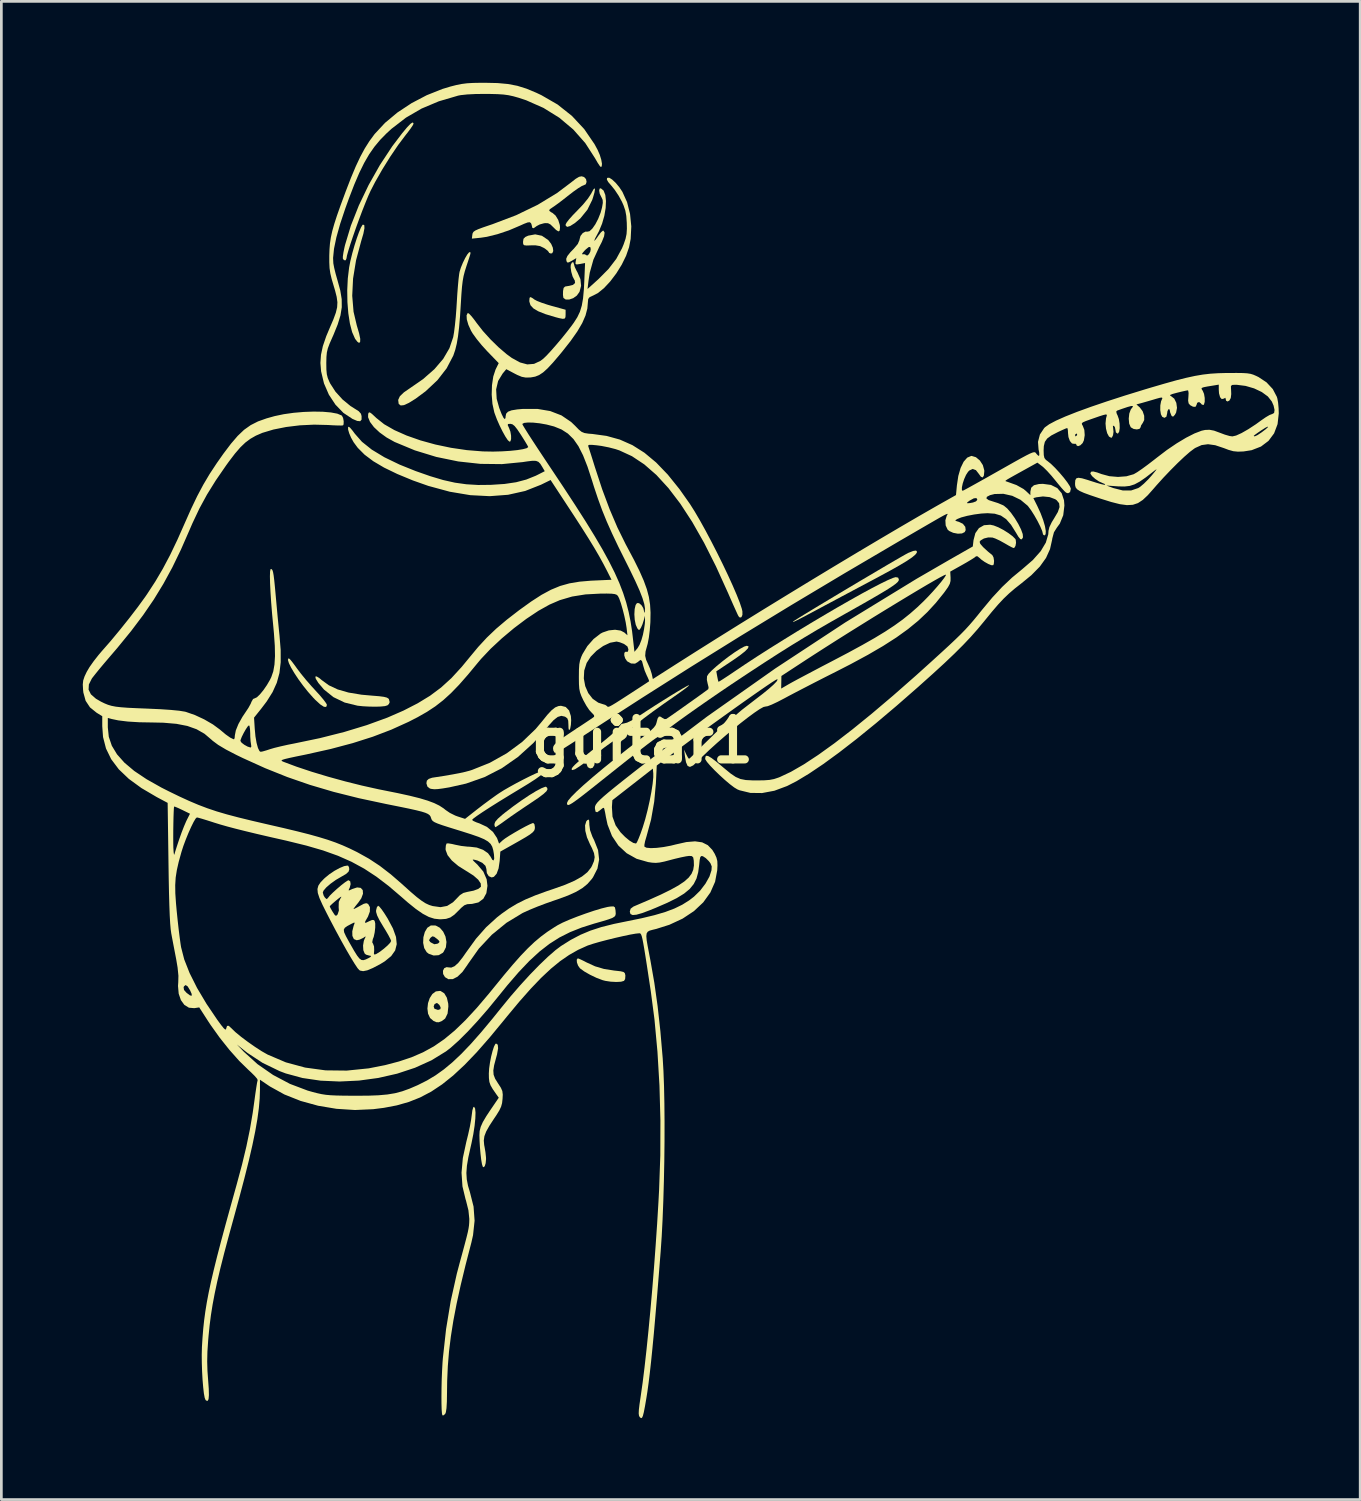
<source format=kicad_pcb>
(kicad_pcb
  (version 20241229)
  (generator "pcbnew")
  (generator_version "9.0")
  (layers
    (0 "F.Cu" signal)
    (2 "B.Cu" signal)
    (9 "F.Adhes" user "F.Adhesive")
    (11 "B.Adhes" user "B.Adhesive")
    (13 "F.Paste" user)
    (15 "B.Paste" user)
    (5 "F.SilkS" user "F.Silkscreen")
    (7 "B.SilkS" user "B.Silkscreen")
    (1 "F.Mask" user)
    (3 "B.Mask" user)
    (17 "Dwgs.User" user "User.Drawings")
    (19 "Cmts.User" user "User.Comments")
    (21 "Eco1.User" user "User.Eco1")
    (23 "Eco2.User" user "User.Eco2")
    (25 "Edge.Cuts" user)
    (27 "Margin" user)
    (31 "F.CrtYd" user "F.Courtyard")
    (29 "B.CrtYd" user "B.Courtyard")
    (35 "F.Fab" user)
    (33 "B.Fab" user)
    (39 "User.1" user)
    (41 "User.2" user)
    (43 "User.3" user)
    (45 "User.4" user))
  (footprint "guitar1"
    (layer "F.Cu")
    (at 20.615 24.236)
    (property "Reference" "guitar1" (at 0 0 0) (layer "F.SilkS") (effects (font (size 1.524 1.524) (thickness 0.3))))
    (attr board_only exclude_from_pos_files exclude_from_bom)
    (fp_poly (pts (xy -4.03 -16.292) (xy -3.982 -16.254) (xy -3.881 -16.2) (xy -3.708 -16.132) (xy -3.491 -16.06) (xy -3.344 -16.017) (xy -2.828 -15.875) (xy -2.828 -15.702) (xy -2.833 -15.602) (xy -2.862 -15.55) (xy -2.936 -15.54) (xy -3.074 -15.568) (xy -3.214 -15.605) (xy -3.571 -15.713) (xy -3.835 -15.818) (xy -4.015 -15.925) (xy -4.122 -16.042) (xy -4.163 -16.173) (xy -4.165 -16.205) (xy -4.156 -16.315) (xy -4.118 -16.342)) (stroke (width 0) (type solid)) (fill yes) (layer "F.SilkS"))
    (fp_poly (pts (xy -1.747 -20.308) (xy -1.765 -20.195) (xy -1.815 -20.02) (xy -1.847 -19.922) (xy -2.026 -19.559) (xy -2.285 -19.24) (xy -2.485 -19.069) (xy -2.66 -18.959) (xy -2.772 -18.927) (xy -2.824 -18.974) (xy -2.828 -19.013) (xy -2.793 -19.084) (xy -2.698 -19.207) (xy -2.558 -19.364) (xy -2.411 -19.514) (xy -2.187 -19.749) (xy -2.006 -19.97) (xy -1.885 -20.154) (xy -1.872 -20.181) (xy -1.801 -20.31) (xy -1.76 -20.35)) (stroke (width 0) (type solid)) (fill yes) (layer "F.SilkS"))
    (fp_poly (pts (xy -3.701 -18.6) (xy -3.478 -18.45) (xy -3.461 -18.434) (xy -3.36 -18.302) (xy -3.299 -18.162) (xy -3.283 -18.04) (xy -3.318 -17.961) (xy -3.368 -17.945) (xy -3.436 -17.97) (xy -3.445 -17.992) (xy -3.485 -18.046) (xy -3.584 -18.124) (xy -3.624 -18.15) (xy -3.771 -18.22) (xy -3.938 -18.248) (xy -4.1 -18.247) (xy -4.266 -18.241) (xy -4.355 -18.252) (xy -4.39 -18.29) (xy -4.396 -18.366) (xy -4.396 -18.382) (xy -4.379 -18.489) (xy -4.31 -18.557) (xy -4.206 -18.604) (xy -3.948 -18.652)) (stroke (width 0) (type solid)) (fill yes) (layer "F.SilkS"))
    (fp_poly (pts (xy -12.976 -2.991) (xy -12.889 -2.885) (xy -12.776 -2.733) (xy -12.726 -2.662) (xy -12.579 -2.468) (xy -12.388 -2.234) (xy -12.181 -1.997) (xy -12.044 -1.848) (xy -11.879 -1.667) (xy -11.744 -1.506) (xy -11.653 -1.383) (xy -11.62 -1.317) (xy -11.649 -1.242) (xy -11.732 -1.248) (xy -11.866 -1.335) (xy -12.046 -1.499) (xy -12.125 -1.581) (xy -12.316 -1.797) (xy -12.501 -2.029) (xy -12.673 -2.264) (xy -12.822 -2.49) (xy -12.942 -2.692) (xy -13.023 -2.859) (xy -13.058 -2.975) (xy -13.038 -3.029) (xy -13.021 -3.031)) (stroke (width 0) (type solid)) (fill yes) (layer "F.SilkS"))
    (fp_poly (pts (xy -3.506 1.74) (xy -3.496 1.794) (xy -3.533 1.863) (xy -3.645 1.967) (xy -3.839 2.112) (xy -4.101 2.289) (xy -4.358 2.461) (xy -4.619 2.638) (xy -4.855 2.801) (xy -5.036 2.931) (xy -5.045 2.937) (xy -5.206 3.053) (xy -5.335 3.14) (xy -5.409 3.185) (xy -5.418 3.188) (xy -5.443 3.144) (xy -5.45 3.072) (xy -5.42 2.988) (xy -5.324 2.876) (xy -5.152 2.724) (xy -5.052 2.644) (xy -4.743 2.409) (xy -4.441 2.194) (xy -4.161 2.007) (xy -3.915 1.857) (xy -3.717 1.752) (xy -3.58 1.7) (xy -3.55 1.697)) (stroke (width 0) (type solid)) (fill yes) (layer "F.SilkS"))
    (fp_poly (pts (xy -11.89 -2.297) (xy -11.815 -2.233) (xy -11.549 -2.039) (xy -11.222 -1.886) (xy -10.825 -1.772) (xy -10.347 -1.693) (xy -9.955 -1.658) (xy -9.695 -1.637) (xy -9.52 -1.614) (xy -9.412 -1.586) (xy -9.352 -1.548) (xy -9.338 -1.53) (xy -9.309 -1.419) (xy -9.338 -1.35) (xy -9.389 -1.302) (xy -9.482 -1.273) (xy -9.64 -1.257) (xy -9.8 -1.252) (xy -10.044 -1.254) (xy -10.292 -1.267) (xy -10.492 -1.288) (xy -10.492 -1.288) (xy -10.967 -1.404) (xy -11.379 -1.602) (xy -11.728 -1.881) (xy -11.935 -2.124) (xy -12.03 -2.276) (xy -12.05 -2.359) (xy -12.002 -2.367)) (stroke (width 0) (type solid)) (fill yes) (layer "F.SilkS"))
    (fp_poly (pts (xy -2.31 8.044) (xy -2.185 8.103) (xy -2.053 8.171) (xy -1.74 8.314) (xy -1.412 8.411) (xy -1.029 8.471) (xy -0.977 8.476) (xy -0.797 8.497) (xy -0.695 8.522) (xy -0.647 8.563) (xy -0.629 8.635) (xy -0.626 8.658) (xy -0.635 8.783) (xy -0.677 8.85) (xy -0.787 8.881) (xy -0.962 8.89) (xy -1.167 8.879) (xy -1.366 8.849) (xy -1.465 8.823) (xy -1.69 8.738) (xy -1.926 8.625) (xy -2.138 8.504) (xy -2.291 8.393) (xy -2.301 8.384) (xy -2.369 8.287) (xy -2.411 8.171) (xy -2.418 8.071) (xy -2.383 8.022) (xy -2.374 8.021)) (stroke (width 0) (type solid)) (fill yes) (layer "F.SilkS"))
    (fp_poly (pts (xy -10.244 -18.991) (xy -10.239 -18.878) (xy -10.278 -18.677) (xy -10.36 -18.398) (xy -10.548 -17.697) (xy -10.658 -17.024) (xy -10.689 -16.39) (xy -10.64 -15.801) (xy -10.521 -15.297) (xy -10.435 -15.004) (xy -10.393 -14.801) (xy -10.398 -14.686) (xy -10.438 -14.654) (xy -10.497 -14.694) (xy -10.574 -14.792) (xy -10.589 -14.816) (xy -10.693 -15.052) (xy -10.775 -15.368) (xy -10.833 -15.744) (xy -10.866 -16.159) (xy -10.873 -16.593) (xy -10.852 -17.025) (xy -10.803 -17.435) (xy -10.757 -17.67) (xy -10.687 -17.955) (xy -10.606 -18.239) (xy -10.522 -18.504) (xy -10.441 -18.73) (xy -10.369 -18.901) (xy -10.312 -18.998) (xy -10.294 -19.012)) (stroke (width 0) (type solid)) (fill yes) (layer "F.SilkS"))
    (fp_poly (pts (xy -2.518 -17.549) (xy -2.518 -17.546) (xy -2.491 -17.45) (xy -2.425 -17.312) (xy -2.39 -17.25) (xy -2.282 -17.002) (xy -2.257 -16.757) (xy -2.315 -16.536) (xy -2.413 -16.398) (xy -2.548 -16.301) (xy -2.695 -16.251) (xy -2.824 -16.251) (xy -2.905 -16.308) (xy -2.91 -16.32) (xy -2.925 -16.419) (xy -2.922 -16.559) (xy -2.922 -16.564) (xy -2.901 -16.678) (xy -2.847 -16.73) (xy -2.725 -16.751) (xy -2.709 -16.752) (xy -2.556 -16.79) (xy -2.479 -16.862) (xy -2.491 -16.957) (xy -2.508 -16.981) (xy -2.57 -17.1) (xy -2.619 -17.269) (xy -2.643 -17.435) (xy -2.637 -17.532) (xy -2.592 -17.619) (xy -2.543 -17.626)) (stroke (width 0) (type solid)) (fill yes) (layer "F.SilkS"))
    (fp_poly (pts (xy -7.431 9.224) (xy -7.298 9.308) (xy -7.202 9.47) (xy -7.152 9.69) (xy -7.147 9.79) (xy -7.176 10.054) (xy -7.265 10.237) (xy -7.386 10.329) (xy -7.501 10.374) (xy -7.587 10.372) (xy -7.694 10.326) (xy -7.822 10.217) (xy -7.896 10.057) (xy -7.919 9.868) (xy -7.91 9.791) (xy -7.689 9.791) (xy -7.663 9.87) (xy -7.65 9.88) (xy -7.528 9.921) (xy -7.44 9.891) (xy -7.433 9.824) (xy -7.478 9.737) (xy -7.549 9.674) (xy -7.58 9.666) (xy -7.656 9.706) (xy -7.689 9.791) (xy -7.91 9.791) (xy -7.897 9.67) (xy -7.834 9.485) (xy -7.737 9.334) (xy -7.609 9.238) (xy -7.457 9.219)) (stroke (width 0) (type solid)) (fill yes) (layer "F.SilkS"))
    (fp_poly (pts (xy -7.615 6.81) (xy -7.461 6.893) (xy -7.338 7.036) (xy -7.253 7.217) (xy -7.217 7.417) (xy -7.238 7.613) (xy -7.325 7.784) (xy -7.355 7.818) (xy -7.507 7.904) (xy -7.691 7.915) (xy -7.868 7.853) (xy -7.946 7.792) (xy -8.037 7.642) (xy -8.076 7.45) (xy -8.072 7.354) (xy -7.859 7.354) (xy -7.816 7.416) (xy -7.791 7.435) (xy -7.664 7.5) (xy -7.55 7.481) (xy -7.51 7.458) (xy -7.471 7.414) (xy -7.506 7.355) (xy -7.561 7.306) (xy -7.67 7.224) (xy -7.738 7.209) (xy -7.799 7.257) (xy -7.82 7.281) (xy -7.859 7.354) (xy -8.072 7.354) (xy -8.067 7.242) (xy -8.014 7.048) (xy -7.923 6.894) (xy -7.796 6.81) (xy -7.79 6.808)) (stroke (width 0) (type solid)) (fill yes) (layer "F.SilkS"))
    (fp_poly (pts (xy -8.436 -22.755) (xy -8.432 -22.724) (xy -8.463 -22.661) (xy -8.544 -22.542) (xy -8.66 -22.387) (xy -8.71 -22.325) (xy -8.993 -21.949) (xy -9.291 -21.51) (xy -9.582 -21.042) (xy -9.846 -20.579) (xy -10.008 -20.265) (xy -10.097 -20.071) (xy -10.201 -19.818) (xy -10.317 -19.525) (xy -10.436 -19.208) (xy -10.554 -18.884) (xy -10.663 -18.571) (xy -10.759 -18.285) (xy -10.834 -18.044) (xy -10.884 -17.865) (xy -10.9 -17.767) (xy -10.93 -17.697) (xy -10.992 -17.701) (xy -11.034 -17.758) (xy -11.034 -17.838) (xy -11.012 -17.989) (xy -10.972 -18.183) (xy -10.954 -18.259) (xy -10.738 -18.975) (xy -10.444 -19.72) (xy -10.084 -20.471) (xy -9.67 -21.205) (xy -9.212 -21.9) (xy -8.848 -22.379) (xy -8.672 -22.59) (xy -8.548 -22.72) (xy -8.471 -22.774)) (stroke (width 0) (type solid)) (fill yes) (layer "F.SilkS"))
    (fp_poly (pts (xy 10.11 -6.982) (xy 10.112 -6.927) (xy 10.055 -6.852) (xy 9.936 -6.752) (xy 9.748 -6.625) (xy 9.485 -6.466) (xy 9.143 -6.273) (xy 8.715 -6.041) (xy 8.527 -5.94) (xy 8.14 -5.735) (xy 7.729 -5.516) (xy 7.319 -5.298) (xy 6.936 -5.093) (xy 6.602 -4.915) (xy 6.432 -4.823) (xy 6.107 -4.65) (xy 5.865 -4.522) (xy 5.697 -4.436) (xy 5.594 -4.387) (xy 5.548 -4.372) (xy 5.552 -4.386) (xy 5.557 -4.391) (xy 5.616 -4.431) (xy 5.752 -4.517) (xy 5.955 -4.642) (xy 6.215 -4.8) (xy 6.52 -4.985) (xy 6.86 -5.189) (xy 7.224 -5.407) (xy 7.601 -5.632) (xy 7.98 -5.858) (xy 8.351 -6.077) (xy 8.703 -6.285) (xy 9.025 -6.475) (xy 9.306 -6.639) (xy 9.536 -6.772) (xy 9.703 -6.867) (xy 9.798 -6.918) (xy 9.806 -6.921) (xy 9.978 -6.989) (xy 10.077 -7.003)) (stroke (width 0) (type solid)) (fill yes) (layer "F.SilkS"))
    (fp_poly (pts (xy -2.824 -1.241) (xy -2.7 -1.112) (xy -2.634 -0.906) (xy -2.623 -0.751) (xy -2.633 -0.584) (xy -2.657 -0.452) (xy -2.674 -0.411) (xy -2.705 -0.392) (xy -2.721 -0.461) (xy -2.724 -0.58) (xy -2.732 -0.735) (xy -2.765 -0.822) (xy -2.838 -0.876) (xy -2.858 -0.886) (xy -2.986 -0.914) (xy -3.119 -0.874) (xy -3.268 -0.758) (xy -3.448 -0.559) (xy -3.485 -0.514) (xy -4.021 0.092) (xy -4.584 0.601) (xy -5.18 1.017) (xy -5.816 1.343) (xy -6.496 1.582) (xy -7.115 1.721) (xy -7.364 1.762) (xy -7.537 1.784) (xy -7.66 1.79) (xy -7.758 1.78) (xy -7.826 1.765) (xy -7.918 1.694) (xy -7.956 1.571) (xy -7.94 1.474) (xy -7.871 1.409) (xy -7.749 1.367) (xy -7.746 1.366) (xy -7.331 1.302) (xy -7.002 1.246) (xy -6.741 1.197) (xy -6.532 1.151) (xy -6.357 1.104) (xy -6.273 1.077) (xy -5.618 0.814) (xy -4.999 0.467) (xy -4.431 0.049) (xy -3.932 -0.429) (xy -3.695 -0.711) (xy -3.499 -0.954) (xy -3.343 -1.121) (xy -3.213 -1.224) (xy -3.093 -1.274) (xy -2.999 -1.285)) (stroke (width 0) (type solid)) (fill yes) (layer "F.SilkS"))
    (fp_poly (pts (xy -6.342 -17.994) (xy -6.331 -17.976) (xy -6.338 -17.926) (xy -6.368 -17.825) (xy -6.423 -17.656) (xy -6.48 -17.485) (xy -6.54 -17.295) (xy -6.586 -17.12) (xy -6.619 -16.936) (xy -6.645 -16.719) (xy -6.667 -16.445) (xy -6.686 -16.132) (xy -6.717 -15.636) (xy -6.752 -15.227) (xy -6.792 -14.894) (xy -6.839 -14.62) (xy -6.895 -14.392) (xy -6.962 -14.195) (xy -6.967 -14.182) (xy -7.21 -13.718) (xy -7.55 -13.28) (xy -7.986 -12.871) (xy -8.355 -12.597) (xy -8.601 -12.444) (xy -8.782 -12.361) (xy -8.903 -12.348) (xy -8.973 -12.402) (xy -8.979 -12.417) (xy -8.996 -12.553) (xy -8.934 -12.688) (xy -8.786 -12.831) (xy -8.6 -12.959) (xy -8.08 -13.319) (xy -7.661 -13.686) (xy -7.338 -14.064) (xy -7.108 -14.457) (xy -6.969 -14.865) (xy -6.938 -15.044) (xy -6.906 -15.299) (xy -6.875 -15.604) (xy -6.85 -15.93) (xy -6.837 -16.141) (xy -6.818 -16.454) (xy -6.795 -16.748) (xy -6.772 -17) (xy -6.749 -17.189) (xy -6.734 -17.274) (xy -6.684 -17.433) (xy -6.611 -17.61) (xy -6.528 -17.779) (xy -6.448 -17.914) (xy -6.385 -17.989) (xy -6.368 -17.996)) (stroke (width 0) (type solid)) (fill yes) (layer "F.SilkS"))
    (fp_poly (pts (xy -5.327 11.202) (xy -5.315 11.335) (xy -5.354 11.556) (xy -5.392 11.697) (xy -5.461 11.958) (xy -5.491 12.152) (xy -5.48 12.308) (xy -5.424 12.455) (xy -5.321 12.62) (xy -5.315 12.629) (xy -5.212 12.788) (xy -5.159 12.909) (xy -5.143 13.038) (xy -5.151 13.198) (xy -5.168 13.351) (xy -5.204 13.483) (xy -5.27 13.623) (xy -5.38 13.801) (xy -5.462 13.922) (xy -5.637 14.19) (xy -5.754 14.399) (xy -5.82 14.572) (xy -5.842 14.731) (xy -5.828 14.896) (xy -5.814 14.965) (xy -5.781 15.161) (xy -5.761 15.352) (xy -5.759 15.415) (xy -5.773 15.566) (xy -5.806 15.674) (xy -5.848 15.716) (xy -5.881 15.693) (xy -5.909 15.601) (xy -5.938 15.433) (xy -5.963 15.215) (xy -5.984 14.975) (xy -5.998 14.74) (xy -6.003 14.536) (xy -5.995 14.389) (xy -5.994 14.38) (xy -5.955 14.226) (xy -5.877 14.05) (xy -5.748 13.832) (xy -5.623 13.643) (xy -5.29 13.154) (xy -5.383 13.024) (xy -5.513 12.836) (xy -5.593 12.697) (xy -5.636 12.574) (xy -5.653 12.433) (xy -5.656 12.263) (xy -5.645 12.075) (xy -5.614 11.858) (xy -5.571 11.636) (xy -5.519 11.433) (xy -5.466 11.271) (xy -5.416 11.175) (xy -5.39 11.157)) (stroke (width 0) (type solid)) (fill yes) (layer "F.SilkS"))
    (fp_poly (pts (xy -2.15 -20.765) (xy -2.147 -20.764) (xy -2.076 -20.688) (xy -2.055 -20.586) (xy -2.084 -20.498) (xy -2.153 -20.464) (xy -2.23 -20.433) (xy -2.366 -20.35) (xy -2.54 -20.227) (xy -2.704 -20.101) (xy -2.902 -19.945) (xy -3.085 -19.805) (xy -3.23 -19.7) (xy -3.301 -19.652) (xy -3.413 -19.576) (xy -3.432 -19.52) (xy -3.359 -19.466) (xy -3.314 -19.444) (xy -3.197 -19.344) (xy -3.099 -19.181) (xy -3.041 -18.994) (xy -3.034 -18.906) (xy -3.047 -18.79) (xy -3.092 -18.76) (xy -3.178 -18.814) (xy -3.271 -18.905) (xy -3.386 -19.017) (xy -3.479 -19.064) (xy -3.59 -19.065) (xy -3.631 -19.059) (xy -3.781 -19.017) (xy -3.898 -18.956) (xy -3.905 -18.949) (xy -4.006 -18.878) (xy -4.056 -18.894) (xy -4.063 -18.934) (xy -4.089 -19.034) (xy -4.108 -19.069) (xy -4.149 -19.099) (xy -4.226 -19.091) (xy -4.358 -19.041) (xy -4.497 -18.978) (xy -4.915 -18.8) (xy -5.336 -18.659) (xy -5.727 -18.562) (xy -5.946 -18.529) (xy -6.281 -18.495) (xy -6.264 -18.64) (xy -6.252 -18.697) (xy -6.222 -18.745) (xy -6.159 -18.791) (xy -6.048 -18.842) (xy -5.874 -18.907) (xy -5.622 -18.993) (xy -5.521 -19.027) (xy -4.652 -19.357) (xy -3.857 -19.741) (xy -3.142 -20.176) (xy -2.63 -20.562) (xy -2.455 -20.699) (xy -2.332 -20.772) (xy -2.237 -20.791)) (stroke (width 0) (type solid)) (fill yes) (layer "F.SilkS"))
    (fp_poly (pts (xy -6.162 13.553) (xy -6.147 13.702) (xy -6.154 13.919) (xy -6.181 14.19) (xy -6.228 14.497) (xy -6.294 14.826) (xy -6.325 14.962) (xy -6.411 15.349) (xy -6.464 15.661) (xy -6.483 15.925) (xy -6.469 16.163) (xy -6.423 16.399) (xy -6.353 16.633) (xy -6.219 17.164) (xy -6.181 17.685) (xy -6.238 18.218) (xy -6.298 18.484) (xy -6.513 19.315) (xy -6.694 20.063) (xy -6.843 20.742) (xy -6.963 21.366) (xy -7.055 21.948) (xy -7.123 22.503) (xy -7.167 23.044) (xy -7.191 23.584) (xy -7.197 24.015) (xy -7.202 24.35) (xy -7.216 24.59) (xy -7.239 24.741) (xy -7.264 24.802) (xy -7.33 24.858) (xy -7.367 24.854) (xy -7.383 24.787) (xy -7.395 24.635) (xy -7.401 24.415) (xy -7.402 24.145) (xy -7.399 23.844) (xy -7.392 23.528) (xy -7.379 23.215) (xy -7.363 22.923) (xy -7.35 22.752) (xy -7.231 21.676) (xy -7.062 20.651) (xy -6.836 19.638) (xy -6.728 19.23) (xy -6.621 18.838) (xy -6.538 18.53) (xy -6.476 18.293) (xy -6.432 18.113) (xy -6.404 17.974) (xy -6.387 17.862) (xy -6.379 17.764) (xy -6.376 17.664) (xy -6.376 17.612) (xy -6.408 17.302) (xy -6.497 16.946) (xy -6.515 16.89) (xy -6.628 16.419) (xy -6.662 15.918) (xy -6.614 15.376) (xy -6.486 14.782) (xy -6.417 14.504) (xy -6.355 14.223) (xy -6.31 13.974) (xy -6.289 13.817) (xy -6.263 13.619) (xy -6.23 13.508) (xy -6.201 13.487)) (stroke (width 0) (type solid)) (fill yes) (layer "F.SilkS"))
    (fp_poly (pts (xy -1.961 2.942) (xy -1.954 3.06) (xy -1.954 3.097) (xy -1.927 3.299) (xy -1.842 3.534) (xy -1.774 3.673) (xy -1.632 4.034) (xy -1.593 4.38) (xy -1.655 4.713) (xy -1.818 5.033) (xy -1.868 5.102) (xy -2.022 5.278) (xy -2.208 5.43) (xy -2.441 5.569) (xy -2.738 5.704) (xy -3.115 5.843) (xy -3.251 5.889) (xy -3.556 5.996) (xy -3.87 6.115) (xy -4.159 6.234) (xy -4.39 6.339) (xy -4.422 6.355) (xy -5.008 6.711) (xy -5.547 7.151) (xy -6.025 7.662) (xy -6.428 8.232) (xy -6.447 8.264) (xy -6.628 8.52) (xy -6.81 8.696) (xy -6.987 8.786) (xy -7.149 8.787) (xy -7.272 8.712) (xy -7.34 8.597) (xy -7.346 8.477) (xy -7.3 8.383) (xy -7.21 8.343) (xy -7.159 8.351) (xy -7.041 8.361) (xy -6.92 8.31) (xy -6.784 8.189) (xy -6.624 7.988) (xy -6.492 7.799) (xy -6.13 7.298) (xy -5.757 6.875) (xy -5.353 6.507) (xy -5.189 6.379) (xy -4.909 6.181) (xy -4.623 6.009) (xy -4.309 5.852) (xy -3.947 5.7) (xy -3.515 5.543) (xy -3.294 5.469) (xy -2.849 5.311) (xy -2.496 5.158) (xy -2.225 5.005) (xy -2.026 4.846) (xy -1.89 4.675) (xy -1.855 4.61) (xy -1.782 4.437) (xy -1.757 4.292) (xy -1.782 4.141) (xy -1.859 3.955) (xy -1.928 3.82) (xy -2.04 3.565) (xy -2.102 3.324) (xy -2.111 3.12) (xy -2.066 2.971) (xy -2.031 2.931) (xy -1.984 2.905)) (stroke (width 0) (type solid)) (fill yes) (layer "F.SilkS"))
    (fp_poly (pts (xy 1.693 -2.01) (xy 1.594 -1.929) (xy 1.441 -1.816) (xy 1.272 -1.696) (xy 0.782 -1.354) (xy 0.375 -1.063) (xy 0.048 -0.819) (xy -0.202 -0.619) (xy -0.382 -0.46) (xy -0.493 -0.34) (xy -0.54 -0.254) (xy -0.541 -0.252) (xy -0.591 -0.132) (xy -0.66 -0.065) (xy -0.758 -0.000034) (xy -0.787 0.035) (xy -0.855 0.097) (xy -0.911 0.081) (xy -0.926 0.026) (xy -0.943 -0.043) (xy -0.958 -0.051) (xy -1.01 -0.023) (xy -1.126 0.054) (xy -1.284 0.166) (xy -1.391 0.244) (xy -1.58 0.388) (xy -1.697 0.49) (xy -1.756 0.565) (xy -1.769 0.629) (xy -1.765 0.656) (xy -1.756 0.798) (xy -1.77 0.903) (xy -1.832 1.001) (xy -1.925 1.024) (xy -2.01 0.976) (xy -2.048 0.885) (xy -2.061 0.823) (xy -2.09 0.805) (xy -2.158 0.837) (xy -2.283 0.924) (xy -2.316 0.948) (xy -2.482 1.054) (xy -2.58 1.084) (xy -2.603 1.07) (xy -2.603 1.031) (xy -2.565 0.971) (xy -2.479 0.881) (xy -2.34 0.755) (xy -2.139 0.588) (xy -1.87 0.371) (xy -1.556 0.124) (xy -1.333 -0.056) (xy -1.135 -0.225) (xy -0.98 -0.369) (xy -0.882 -0.473) (xy -0.86 -0.505) (xy -0.772 -0.614) (xy -0.667 -0.637) (xy -0.562 -0.664) (xy -0.396 -0.744) (xy -0.188 -0.868) (xy -0.103 -0.923) (xy 0.166 -1.1) (xy 0.449 -1.283) (xy 0.734 -1.463) (xy 1.006 -1.633) (xy 1.253 -1.784) (xy 1.461 -1.908) (xy 1.617 -1.997) (xy 1.707 -2.043) (xy 1.724 -2.046)) (stroke (width 0) (type solid)) (fill yes) (layer "F.SilkS"))
    (fp_poly (pts (xy 9.422 -6.006) (xy 9.45 -5.938) (xy 9.443 -5.897) (xy 9.407 -5.846) (xy 9.335 -5.78) (xy 9.218 -5.695) (xy 9.052 -5.586) (xy 8.827 -5.449) (xy 8.536 -5.278) (xy 8.174 -5.07) (xy 7.732 -4.82) (xy 7.481 -4.679) (xy 6.944 -4.375) (xy 6.447 -4.088) (xy 5.973 -3.805) (xy 5.5 -3.516) (xy 5.01 -3.208) (xy 4.482 -2.868) (xy 3.898 -2.485) (xy 3.676 -2.338) (xy 3.257 -2.059) (xy 2.841 -1.777) (xy 2.436 -1.499) (xy 2.052 -1.232) (xy 1.698 -0.982) (xy 1.384 -0.757) (xy 1.118 -0.562) (xy 0.911 -0.404) (xy 0.77 -0.289) (xy 0.705 -0.225) (xy 0.704 -0.224) (xy 0.638 -0.161) (xy 0.611 -0.154) (xy 0.572 -0.139) (xy 0.493 -0.089) (xy 0.369 -0.001) (xy 0.196 0.129) (xy -0.034 0.306) (xy -0.324 0.533) (xy -0.681 0.815) (xy -1.11 1.156) (xy -1.337 1.337) (xy -1.715 1.638) (xy -2.02 1.879) (xy -2.261 2.067) (xy -2.445 2.204) (xy -2.579 2.298) (xy -2.672 2.352) (xy -2.73 2.372) (xy -2.762 2.363) (xy -2.775 2.33) (xy -2.777 2.296) (xy -2.736 2.209) (xy -2.616 2.067) (xy -2.423 1.873) (xy -2.162 1.633) (xy -1.837 1.351) (xy -1.455 1.031) (xy -1.019 0.678) (xy -0.535 0.295) (xy -0.105 -0.037) (xy 0.14 -0.229) (xy 0.313 -0.375) (xy 0.426 -0.486) (xy 0.49 -0.574) (xy 0.517 -0.647) (xy 0.561 -0.815) (xy 0.611 -0.89) (xy 0.677 -0.881) (xy 0.722 -0.847) (xy 0.823 -0.793) (xy 0.884 -0.801) (xy 0.948 -0.844) (xy 1.078 -0.934) (xy 1.256 -1.059) (xy 1.465 -1.206) (xy 1.688 -1.365) (xy 1.909 -1.522) (xy 2.111 -1.666) (xy 2.276 -1.785) (xy 2.388 -1.867) (xy 2.429 -1.898) (xy 2.439 -1.965) (xy 2.411 -2.08) (xy 2.408 -2.088) (xy 2.376 -2.241) (xy 2.382 -2.372) (xy 2.438 -2.462) (xy 2.563 -2.592) (xy 2.739 -2.749) (xy 2.948 -2.921) (xy 3.171 -3.092) (xy 3.391 -3.249) (xy 3.59 -3.378) (xy 3.749 -3.465) (xy 3.849 -3.496) (xy 3.914 -3.473) (xy 3.891 -3.404) (xy 3.782 -3.291) (xy 3.589 -3.139) (xy 3.316 -2.948) (xy 3.316 -2.948) (xy 2.724 -2.554) (xy 2.757 -2.37) (xy 2.782 -2.245) (xy 2.801 -2.174) (xy 2.803 -2.169) (xy 2.848 -2.191) (xy 2.961 -2.261) (xy 3.127 -2.369) (xy 3.329 -2.504) (xy 3.375 -2.536) (xy 3.784 -2.811) (xy 4.23 -3.103) (xy 4.704 -3.406) (xy 5.199 -3.715) (xy 5.703 -4.026) (xy 6.209 -4.332) (xy 6.708 -4.629) (xy 7.19 -4.911) (xy 7.647 -5.172) (xy 8.069 -5.409) (xy 8.448 -5.614) (xy 8.775 -5.784) (xy 9.04 -5.913) (xy 9.235 -5.996) (xy 9.332 -6.024)) (stroke (width 0) (type solid)) (fill yes) (layer "F.SilkS"))
    (fp_poly (pts (xy -5.332 -24.226) (xy -4.95 -24.191) (xy -4.606 -24.125) (xy -4.27 -24.02) (xy -3.91 -23.87) (xy -3.72 -23.78) (xy -3.124 -23.436) (xy -2.596 -23.017) (xy -2.141 -22.529) (xy -1.764 -21.977) (xy -1.651 -21.769) (xy -1.569 -21.581) (xy -1.514 -21.401) (xy -1.488 -21.251) (xy -1.498 -21.156) (xy -1.53 -21.133) (xy -1.571 -21.175) (xy -1.645 -21.286) (xy -1.735 -21.441) (xy -1.742 -21.454) (xy -2.105 -22.017) (xy -2.547 -22.517) (xy -3.062 -22.95) (xy -3.642 -23.31) (xy -4.28 -23.592) (xy -4.554 -23.683) (xy -4.756 -23.74) (xy -4.935 -23.779) (xy -5.12 -23.804) (xy -5.34 -23.818) (xy -5.622 -23.825) (xy -5.759 -23.826) (xy -6.132 -23.823) (xy -6.451 -23.807) (xy -6.695 -23.781) (xy -6.787 -23.763) (xy -7.498 -23.554) (xy -8.134 -23.286) (xy -8.709 -22.952) (xy -9.239 -22.543) (xy -9.428 -22.37) (xy -9.663 -22.13) (xy -9.873 -21.877) (xy -10.066 -21.6) (xy -10.249 -21.284) (xy -10.43 -20.916) (xy -10.615 -20.483) (xy -10.812 -19.971) (xy -10.944 -19.606) (xy -11.134 -19.037) (xy -11.273 -18.541) (xy -11.36 -18.121) (xy -11.394 -17.782) (xy -11.385 -17.585) (xy -11.354 -17.421) (xy -11.301 -17.204) (xy -11.237 -16.976) (xy -11.228 -16.947) (xy -11.129 -16.584) (xy -11.077 -16.266) (xy -11.074 -15.968) (xy -11.122 -15.666) (xy -11.224 -15.334) (xy -11.381 -14.947) (xy -11.421 -14.858) (xy -11.522 -14.628) (xy -11.587 -14.455) (xy -11.623 -14.303) (xy -11.639 -14.137) (xy -11.644 -13.921) (xy -11.644 -13.908) (xy -11.641 -13.671) (xy -11.625 -13.5) (xy -11.59 -13.36) (xy -11.528 -13.214) (xy -11.499 -13.155) (xy -11.306 -12.856) (xy -11.046 -12.569) (xy -10.754 -12.329) (xy -10.605 -12.235) (xy -10.449 -12.136) (xy -10.368 -12.044) (xy -10.344 -11.957) (xy -10.345 -11.826) (xy -10.396 -11.768) (xy -10.506 -11.779) (xy -10.679 -11.853) (xy -11.012 -12.074) (xy -11.306 -12.377) (xy -11.549 -12.745) (xy -11.729 -13.161) (xy -11.836 -13.607) (xy -11.861 -13.913) (xy -11.84 -14.215) (xy -11.771 -14.535) (xy -11.647 -14.898) (xy -11.514 -15.214) (xy -11.382 -15.522) (xy -11.293 -15.764) (xy -11.245 -15.965) (xy -11.235 -16.153) (xy -11.262 -16.351) (xy -11.322 -16.587) (xy -11.368 -16.741) (xy -11.446 -17.007) (xy -11.496 -17.216) (xy -11.524 -17.408) (xy -11.534 -17.622) (xy -11.534 -17.867) (xy -11.526 -18.102) (xy -11.509 -18.32) (xy -11.476 -18.538) (xy -11.425 -18.771) (xy -11.351 -19.034) (xy -11.251 -19.344) (xy -11.12 -19.716) (xy -10.954 -20.165) (xy -10.929 -20.233) (xy -10.734 -20.738) (xy -10.557 -21.16) (xy -10.39 -21.514) (xy -10.226 -21.818) (xy -10.056 -22.087) (xy -9.871 -22.338) (xy -9.859 -22.353) (xy -9.482 -22.759) (xy -9.024 -23.141) (xy -8.504 -23.485) (xy -7.943 -23.779) (xy -7.362 -24.01) (xy -7.07 -24.098) (xy -6.847 -24.155) (xy -6.653 -24.193) (xy -6.458 -24.218) (xy -6.233 -24.231) (xy -5.948 -24.236) (xy -5.784 -24.236)) (stroke (width 0) (type solid)) (fill yes) (layer "F.SilkS"))
    (fp_poly (pts (xy -10.836 4.61) (xy -10.805 4.674) (xy -10.798 4.746) (xy -10.826 4.829) (xy -10.921 4.914) (xy -11.076 5.004) (xy -11.291 5.13) (xy -11.487 5.27) (xy -11.645 5.407) (xy -11.746 5.525) (xy -11.773 5.596) (xy -11.742 5.705) (xy -11.7 5.775) (xy -11.639 5.836) (xy -11.595 5.811) (xy -11.586 5.798) (xy -11.516 5.711) (xy -11.395 5.591) (xy -11.246 5.456) (xy -11.092 5.325) (xy -10.954 5.218) (xy -10.854 5.153) (xy -10.824 5.142) (xy -10.763 5.183) (xy -10.748 5.286) (xy -10.781 5.416) (xy -10.797 5.449) (xy -10.824 5.51) (xy -10.798 5.516) (xy -10.7 5.471) (xy -10.695 5.468) (xy -10.509 5.407) (xy -10.375 5.424) (xy -10.301 5.506) (xy -10.292 5.639) (xy -10.355 5.809) (xy -10.461 5.961) (xy -10.561 6.085) (xy -10.627 6.174) (xy -10.643 6.203) (xy -10.604 6.192) (xy -10.502 6.141) (xy -10.411 6.09) (xy -10.264 6.011) (xy -10.172 5.988) (xy -10.107 6.013) (xy -10.102 6.017) (xy -10.037 6.133) (xy -10.04 6.298) (xy -10.11 6.486) (xy -10.129 6.518) (xy -10.206 6.651) (xy -10.221 6.709) (xy -10.17 6.703) (xy -10.071 6.655) (xy -9.955 6.605) (xy -9.892 6.61) (xy -9.863 6.641) (xy -9.841 6.735) (xy -9.842 6.89) (xy -9.862 7.067) (xy -9.897 7.229) (xy -9.93 7.313) (xy -9.952 7.427) (xy -9.921 7.484) (xy -9.885 7.582) (xy -9.88 7.723) (xy -9.881 7.734) (xy -9.89 7.849) (xy -9.867 7.883) (xy -9.799 7.857) (xy -9.797 7.856) (xy -9.666 7.775) (xy -9.522 7.664) (xy -9.388 7.547) (xy -9.291 7.445) (xy -9.255 7.38) (xy -9.281 7.311) (xy -9.351 7.176) (xy -9.454 6.998) (xy -9.54 6.858) (xy -9.684 6.617) (xy -9.771 6.44) (xy -9.809 6.312) (xy -9.81 6.252) (xy -9.781 6.138) (xy -9.736 6.081) (xy -9.688 6.115) (xy -9.601 6.221) (xy -9.49 6.383) (xy -9.382 6.556) (xy -9.188 6.92) (xy -9.076 7.231) (xy -9.049 7.497) (xy -9.107 7.729) (xy -9.253 7.936) (xy -9.487 8.128) (xy -9.65 8.228) (xy -9.926 8.374) (xy -10.133 8.461) (xy -10.286 8.492) (xy -10.396 8.472) (xy -10.426 8.455) (xy -10.493 8.38) (xy -10.598 8.223) (xy -10.737 7.996) (xy -10.904 7.71) (xy -11.091 7.375) (xy -11.293 7.002) (xy -11.313 6.964) (xy -11 6.964) (xy -10.986 7.061) (xy -10.921 7.203) (xy -10.807 7.412) (xy -10.768 7.481) (xy -10.621 7.739) (xy -10.51 7.917) (xy -10.424 8.026) (xy -10.349 8.079) (xy -10.276 8.087) (xy -10.193 8.061) (xy -10.188 8.059) (xy -10.071 8.003) (xy -10.003 7.96) (xy -10.004 7.927) (xy -10.061 7.918) (xy -10.179 7.884) (xy -10.231 7.842) (xy -10.28 7.72) (xy -10.29 7.549) (xy -10.262 7.377) (xy -10.232 7.301) (xy -10.193 7.222) (xy -10.213 7.218) (xy -10.289 7.269) (xy -10.421 7.332) (xy -10.525 7.353) (xy -10.628 7.31) (xy -10.683 7.193) (xy -10.687 7.023) (xy -10.636 6.818) (xy -10.617 6.769) (xy -10.597 6.708) (xy -10.627 6.704) (xy -10.726 6.752) (xy -10.871 6.83) (xy -10.962 6.894) (xy -11 6.964) (xy -11.313 6.964) (xy -11.503 6.603) (xy -11.63 6.356) (xy -11.755 6.106) (xy -11.517 6.106) (xy -11.493 6.162) (xy -11.431 6.271) (xy -11.406 6.312) (xy -11.333 6.422) (xy -11.287 6.455) (xy -11.243 6.42) (xy -11.226 6.398) (xy -11.18 6.257) (xy -11.189 6.134) (xy -11.184 5.941) (xy -11.13 5.826) (xy -11.09 5.759) (xy -11.1 5.748) (xy -11.171 5.797) (xy -11.279 5.884) (xy -11.405 5.992) (xy -11.492 6.073) (xy -11.517 6.106) (xy -11.755 6.106) (xy -11.787 6.041) (xy -11.896 5.798) (xy -11.957 5.612) (xy -11.97 5.466) (xy -11.937 5.342) (xy -11.859 5.224) (xy -11.736 5.095) (xy -11.696 5.057) (xy -11.531 4.921) (xy -11.343 4.795) (xy -11.154 4.692) (xy -10.988 4.623) (xy -10.869 4.602)) (stroke (width 0) (type solid)) (fill yes) (layer "F.SilkS"))
    (fp_poly (pts (xy -1.114 -20.672) (xy -0.983 -20.55) (xy -0.847 -20.386) (xy -0.735 -20.218) (xy -0.564 -19.84) (xy -0.454 -19.406) (xy -0.408 -18.945) (xy -0.431 -18.485) (xy -0.49 -18.179) (xy -0.6 -17.862) (xy -0.761 -17.534) (xy -0.96 -17.214) (xy -1.182 -16.921) (xy -1.413 -16.672) (xy -1.64 -16.488) (xy -1.812 -16.399) (xy -1.94 -16.342) (xy -1.995 -16.271) (xy -2.005 -16.171) (xy -2.027 -15.92) (xy -2.095 -15.661) (xy -2.216 -15.383) (xy -2.397 -15.075) (xy -2.642 -14.726) (xy -2.958 -14.325) (xy -3.053 -14.21) (xy -3.295 -13.926) (xy -3.492 -13.715) (xy -3.657 -13.566) (xy -3.805 -13.468) (xy -3.948 -13.411) (xy -4.103 -13.383) (xy -4.13 -13.38) (xy -4.298 -13.377) (xy -4.443 -13.404) (xy -4.609 -13.473) (xy -4.705 -13.522) (xy -5.013 -13.685) (xy -5.147 -13.525) (xy -5.314 -13.251) (xy -5.387 -12.942) (xy -5.367 -12.593) (xy -5.274 -12.259) (xy -5.185 -12.031) (xy -5.115 -11.892) (xy -5.066 -11.844) (xy -5.042 -11.891) (xy -5.039 -11.942) (xy -5.019 -12.045) (xy -4.951 -12.118) (xy -4.82 -12.169) (xy -4.611 -12.203) (xy -4.404 -12.221) (xy -3.867 -12.222) (xy -3.394 -12.142) (xy -2.98 -11.982) (xy -2.624 -11.74) (xy -2.48 -11.602) (xy -2.343 -11.461) (xy -2.239 -11.377) (xy -2.133 -11.333) (xy -1.986 -11.31) (xy -1.843 -11.299) (xy -1.319 -11.227) (xy -0.83 -11.092) (xy -0.367 -10.887) (xy 0.076 -10.607) (xy 0.508 -10.247) (xy 0.936 -9.802) (xy 1.368 -9.265) (xy 1.755 -8.716) (xy 1.927 -8.443) (xy 2.12 -8.114) (xy 2.326 -7.742) (xy 2.539 -7.34) (xy 2.753 -6.922) (xy 2.96 -6.503) (xy 3.154 -6.096) (xy 3.328 -5.714) (xy 3.475 -5.372) (xy 3.589 -5.083) (xy 3.663 -4.861) (xy 3.685 -4.765) (xy 3.686 -4.633) (xy 3.65 -4.55) (xy 3.593 -4.534) (xy 3.543 -4.582) (xy 3.508 -4.651) (xy 3.441 -4.798) (xy 3.348 -5.004) (xy 3.238 -5.253) (xy 3.152 -5.45) (xy 2.712 -6.419) (xy 2.274 -7.288) (xy 1.837 -8.057) (xy 1.399 -8.729) (xy 0.96 -9.305) (xy 0.517 -9.788) (xy 0.07 -10.178) (xy -0.383 -10.479) (xy -0.844 -10.692) (xy -0.991 -10.741) (xy -1.235 -10.804) (xy -1.503 -10.857) (xy -1.681 -10.881) (xy -1.861 -10.898) (xy -1.96 -10.898) (xy -1.996 -10.877) (xy -1.99 -10.833) (xy -1.985 -10.82) (xy -1.957 -10.736) (xy -1.905 -10.576) (xy -1.837 -10.361) (xy -1.76 -10.114) (xy -1.749 -10.079) (xy -1.48 -9.259) (xy -1.205 -8.523) (xy -0.919 -7.853) (xy -0.612 -7.23) (xy -0.555 -7.124) (xy -0.303 -6.649) (xy -0.103 -6.244) (xy 0.051 -5.893) (xy 0.164 -5.582) (xy 0.24 -5.293) (xy 0.284 -5.01) (xy 0.301 -4.719) (xy 0.296 -4.403) (xy 0.294 -4.35) (xy 0.272 -4.064) (xy 0.238 -3.793) (xy 0.196 -3.572) (xy 0.175 -3.496) (xy 0.117 -3.285) (xy 0.104 -3.126) (xy 0.139 -2.976) (xy 0.212 -2.816) (xy 0.287 -2.643) (xy 0.342 -2.469) (xy 0.348 -2.447) (xy 0.386 -2.27) (xy 1.208 -2.796) (xy 1.962 -3.275) (xy 2.763 -3.779) (xy 3.6 -4.301) (xy 4.46 -4.833) (xy 5.334 -5.369) (xy 6.208 -5.902) (xy 7.071 -6.424) (xy 7.912 -6.929) (xy 8.719 -7.409) (xy 9.48 -7.858) (xy 10.183 -8.268) (xy 10.817 -8.632) (xy 11.02 -8.747) (xy 11.963 -8.747) (xy 12.048 -8.75) (xy 12.179 -8.773) (xy 12.29 -8.815) (xy 12.34 -8.872) (xy 12.34 -8.876) (xy 12.306 -8.938) (xy 12.208 -8.926) (xy 12.057 -8.844) (xy 11.968 -8.777) (xy 11.963 -8.747) (xy 11.02 -8.747) (xy 11.086 -8.784) (xy 11.554 -9.048) (xy 11.587 -9.401) (xy 11.639 -9.751) (xy 11.724 -10.046) (xy 11.835 -10.275) (xy 11.967 -10.426) (xy 12.113 -10.488) (xy 12.133 -10.489) (xy 12.289 -10.442) (xy 12.433 -10.321) (xy 12.543 -10.152) (xy 12.595 -9.963) (xy 12.597 -9.925) (xy 12.581 -9.764) (xy 12.537 -9.696) (xy 12.469 -9.725) (xy 12.404 -9.817) (xy 12.289 -9.965) (xy 12.169 -10.01) (xy 12.046 -9.953) (xy 11.998 -9.904) (xy 11.924 -9.79) (xy 11.856 -9.638) (xy 11.803 -9.478) (xy 11.772 -9.334) (xy 11.771 -9.234) (xy 11.798 -9.204) (xy 11.848 -9.228) (xy 11.975 -9.296) (xy 12.167 -9.402) (xy 12.413 -9.539) (xy 12.7 -9.7) (xy 13.006 -9.873) (xy 13.401 -10.096) (xy 13.716 -10.274) (xy 13.961 -10.41) (xy 14.145 -10.509) (xy 14.278 -10.575) (xy 14.37 -10.613) (xy 14.43 -10.627) (xy 14.468 -10.622) (xy 14.493 -10.601) (xy 14.516 -10.57) (xy 14.522 -10.562) (xy 14.591 -10.491) (xy 14.624 -10.512) (xy 14.619 -10.621) (xy 14.596 -10.727) (xy 14.575 -11.008) (xy 14.646 -11.28) (xy 14.802 -11.514) (xy 14.835 -11.547) (xy 14.99 -11.658) (xy 15.24 -11.79) (xy 15.582 -11.942) (xy 16.011 -12.112) (xy 16.523 -12.298) (xy 17.113 -12.499) (xy 17.777 -12.714) (xy 18.511 -12.94) (xy 18.721 -13.003) (xy 19.234 -13.153) (xy 19.666 -13.274) (xy 20.035 -13.367) (xy 20.357 -13.437) (xy 20.65 -13.487) (xy 20.929 -13.519) (xy 21.213 -13.537) (xy 21.517 -13.545) (xy 21.595 -13.545) (xy 21.899 -13.546) (xy 22.121 -13.543) (xy 22.282 -13.533) (xy 22.404 -13.514) (xy 22.507 -13.483) (xy 22.613 -13.437) (xy 22.701 -13.394) (xy 22.994 -13.2) (xy 23.225 -12.952) (xy 23.374 -12.668) (xy 23.392 -12.609) (xy 23.42 -12.456) (xy 23.439 -12.248) (xy 23.445 -12.057) (xy 23.401 -11.661) (xy 23.273 -11.321) (xy 23.067 -11.044) (xy 22.79 -10.835) (xy 22.446 -10.701) (xy 22.145 -10.654) (xy 21.94 -10.647) (xy 21.773 -10.663) (xy 21.596 -10.712) (xy 21.425 -10.777) (xy 21.105 -10.884) (xy 20.839 -10.921) (xy 20.603 -10.889) (xy 20.374 -10.786) (xy 20.329 -10.758) (xy 20.172 -10.64) (xy 19.964 -10.458) (xy 19.722 -10.229) (xy 19.461 -9.967) (xy 19.196 -9.689) (xy 18.943 -9.409) (xy 18.826 -9.274) (xy 18.62 -9.042) (xy 18.436 -8.869) (xy 18.258 -8.752) (xy 18.068 -8.689) (xy 17.851 -8.677) (xy 17.591 -8.712) (xy 17.271 -8.793) (xy 16.875 -8.917) (xy 16.806 -8.94) (xy 16.494 -9.045) (xy 16.267 -9.128) (xy 16.112 -9.198) (xy 16.015 -9.262) (xy 15.963 -9.329) (xy 15.945 -9.399) (xy 17.096 -9.399) (xy 17.353 -9.305) (xy 17.7 -9.217) (xy 18.007 -9.217) (xy 18.268 -9.306) (xy 18.337 -9.35) (xy 18.478 -9.469) (xy 18.642 -9.632) (xy 18.768 -9.774) (xy 18.884 -9.916) (xy 18.938 -9.986) (xy 18.931 -9.994) (xy 18.867 -9.948) (xy 18.818 -9.909) (xy 18.543 -9.696) (xy 18.321 -9.543) (xy 18.132 -9.442) (xy 17.954 -9.385) (xy 17.764 -9.363) (xy 17.541 -9.367) (xy 17.456 -9.373) (xy 17.096 -9.399) (xy 15.945 -9.399) (xy 15.943 -9.408) (xy 15.94 -9.478) (xy 15.949 -9.594) (xy 15.985 -9.662) (xy 16.062 -9.685) (xy 16.198 -9.665) (xy 16.406 -9.604) (xy 16.528 -9.564) (xy 16.738 -9.498) (xy 16.91 -9.449) (xy 17.021 -9.425) (xy 17.052 -9.425) (xy 17.031 -9.457) (xy 16.959 -9.488) (xy 16.823 -9.549) (xy 16.683 -9.643) (xy 16.568 -9.745) (xy 16.508 -9.832) (xy 16.505 -9.849) (xy 16.529 -9.907) (xy 16.609 -9.917) (xy 16.758 -9.879) (xy 16.916 -9.821) (xy 17.204 -9.743) (xy 17.522 -9.716) (xy 17.831 -9.739) (xy 18.092 -9.813) (xy 18.112 -9.822) (xy 18.23 -9.891) (xy 18.406 -10.011) (xy 18.62 -10.168) (xy 18.853 -10.347) (xy 18.954 -10.426) (xy 19.321 -10.706) (xy 19.685 -10.953) (xy 20.03 -11.16) (xy 20.341 -11.318) (xy 20.602 -11.418) (xy 20.729 -11.446) (xy 20.894 -11.453) (xy 21.062 -11.421) (xy 21.274 -11.343) (xy 21.461 -11.273) (xy 21.632 -11.224) (xy 21.736 -11.209) (xy 21.815 -11.227) (xy 22.521 -11.227) (xy 22.557 -11.209) (xy 22.662 -11.257) (xy 22.816 -11.36) (xy 22.971 -11.479) (xy 23.047 -11.551) (xy 23.043 -11.57) (xy 22.96 -11.532) (xy 22.809 -11.437) (xy 22.664 -11.338) (xy 22.56 -11.263) (xy 22.521 -11.227) (xy 22.521 -11.227) (xy 21.815 -11.227) (xy 21.875 -11.241) (xy 22.075 -11.332) (xy 22.323 -11.474) (xy 22.602 -11.657) (xy 22.805 -11.804) (xy 22.966 -11.915) (xy 23.106 -11.997) (xy 23.196 -12.031) (xy 23.201 -12.032) (xy 23.273 -12.072) (xy 23.29 -12.182) (xy 23.254 -12.345) (xy 23.189 -12.494) (xy 23.044 -12.679) (xy 22.82 -12.843) (xy 22.538 -12.977) (xy 22.223 -13.069) (xy 21.898 -13.11) (xy 21.85 -13.111) (xy 21.729 -13.105) (xy 21.683 -13.065) (xy 21.685 -12.962) (xy 21.688 -12.932) (xy 21.694 -12.768) (xy 21.677 -12.624) (xy 21.677 -12.623) (xy 21.627 -12.531) (xy 21.559 -12.495) (xy 21.504 -12.524) (xy 21.492 -12.578) (xy 21.478 -12.632) (xy 21.419 -12.6) (xy 21.419 -12.6) (xy 21.344 -12.583) (xy 21.283 -12.654) (xy 21.244 -12.795) (xy 21.235 -12.93) (xy 21.235 -13.116) (xy 21.042 -13.084) (xy 20.819 -13.048) (xy 20.681 -13.021) (xy 20.613 -12.996) (xy 20.598 -12.966) (xy 20.621 -12.923) (xy 20.644 -12.89) (xy 20.692 -12.775) (xy 20.717 -12.626) (xy 20.717 -12.482) (xy 20.689 -12.384) (xy 20.673 -12.368) (xy 20.612 -12.38) (xy 20.577 -12.423) (xy 20.509 -12.476) (xy 20.441 -12.448) (xy 20.413 -12.363) (xy 20.377 -12.298) (xy 20.287 -12.302) (xy 20.183 -12.358) (xy 20.125 -12.424) (xy 20.106 -12.527) (xy 20.116 -12.666) (xy 20.123 -12.806) (xy 20.109 -12.893) (xy 20.095 -12.906) (xy 20.025 -12.894) (xy 19.885 -12.863) (xy 19.707 -12.82) (xy 19.533 -12.773) (xy 19.448 -12.738) (xy 19.442 -12.711) (xy 19.475 -12.694) (xy 19.595 -12.6) (xy 19.671 -12.445) (xy 19.696 -12.261) (xy 19.663 -12.085) (xy 19.617 -12.003) (xy 19.554 -11.937) (xy 19.508 -11.954) (xy 19.489 -11.98) (xy 19.442 -12.1) (xy 19.436 -12.15) (xy 19.414 -12.213) (xy 19.384 -12.212) (xy 19.344 -12.14) (xy 19.333 -12.057) (xy 19.305 -11.935) (xy 19.234 -11.893) (xy 19.151 -11.931) (xy 19.103 -12.024) (xy 19.079 -12.177) (xy 19.081 -12.35) (xy 19.109 -12.502) (xy 19.129 -12.549) (xy 19.157 -12.613) (xy 19.143 -12.64) (xy 19.07 -12.633) (xy 18.923 -12.593) (xy 18.844 -12.569) (xy 18.649 -12.512) (xy 18.458 -12.457) (xy 18.394 -12.439) (xy 18.201 -12.387) (xy 18.327 -12.274) (xy 18.431 -12.135) (xy 18.487 -11.969) (xy 18.488 -11.812) (xy 18.437 -11.709) (xy 18.371 -11.609) (xy 18.356 -11.547) (xy 18.315 -11.487) (xy 18.216 -11.466) (xy 18.099 -11.483) (xy 18.001 -11.539) (xy 17.989 -11.551) (xy 17.934 -11.681) (xy 17.918 -11.862) (xy 17.938 -12.05) (xy 17.993 -12.2) (xy 18.017 -12.232) (xy 18.067 -12.296) (xy 18.067 -12.329) (xy 18.007 -12.328) (xy 17.877 -12.293) (xy 17.668 -12.223) (xy 17.493 -12.16) (xy 17.457 -12.124) (xy 17.477 -12.042) (xy 17.506 -11.984) (xy 17.555 -11.844) (xy 17.581 -11.678) (xy 17.585 -11.514) (xy 17.566 -11.384) (xy 17.524 -11.316) (xy 17.507 -11.312) (xy 17.445 -11.356) (xy 17.43 -11.437) (xy 17.408 -11.548) (xy 17.371 -11.599) (xy 17.334 -11.596) (xy 17.344 -11.511) (xy 17.357 -11.378) (xy 17.339 -11.252) (xy 17.298 -11.17) (xy 17.271 -11.157) (xy 17.19 -11.204) (xy 17.124 -11.326) (xy 17.08 -11.496) (xy 17.063 -11.686) (xy 17.081 -11.87) (xy 17.095 -11.926) (xy 17.111 -11.979) (xy 17.107 -12.01) (xy 17.07 -12.017) (xy 16.984 -11.997) (xy 16.835 -11.95) (xy 16.608 -11.871) (xy 16.519 -11.84) (xy 16.333 -11.773) (xy 16.228 -11.727) (xy 16.189 -11.687) (xy 16.199 -11.641) (xy 16.223 -11.603) (xy 16.282 -11.45) (xy 16.296 -11.254) (xy 16.266 -11.065) (xy 16.219 -10.963) (xy 16.135 -10.881) (xy 16.05 -10.849) (xy 15.996 -10.877) (xy 15.991 -10.906) (xy 15.953 -10.941) (xy 15.915 -10.934) (xy 15.828 -10.948) (xy 15.75 -11.04) (xy 15.697 -11.185) (xy 15.689 -11.26) (xy 15.939 -11.26) (xy 15.957 -11.21) (xy 15.962 -11.209) (xy 16.006 -11.245) (xy 16.016 -11.26) (xy 16.012 -11.308) (xy 15.994 -11.312) (xy 15.941 -11.274) (xy 15.939 -11.26) (xy 15.689 -11.26) (xy 15.682 -11.323) (xy 15.675 -11.448) (xy 15.657 -11.514) (xy 15.651 -11.517) (xy 15.592 -11.497) (xy 15.468 -11.443) (xy 15.304 -11.367) (xy 15.301 -11.365) (xy 15.067 -11.244) (xy 14.915 -11.132) (xy 14.828 -11.009) (xy 14.79 -10.853) (xy 14.782 -10.694) (xy 14.788 -10.52) (xy 14.811 -10.414) (xy 14.866 -10.344) (xy 14.924 -10.301) (xy 15.052 -10.198) (xy 15.206 -10.048) (xy 15.369 -9.871) (xy 15.526 -9.686) (xy 15.658 -9.513) (xy 15.75 -9.371) (xy 15.785 -9.282) (xy 15.785 -9.281) (xy 15.757 -9.157) (xy 15.681 -9.114) (xy 15.61 -9.137) (xy 15.548 -9.193) (xy 15.441 -9.311) (xy 15.307 -9.471) (xy 15.226 -9.572) (xy 15.069 -9.762) (xy 14.912 -9.936) (xy 14.779 -10.067) (xy 14.735 -10.104) (xy 14.553 -10.242) (xy 13.974 -9.921) (xy 13.723 -9.782) (xy 13.55 -9.685) (xy 13.442 -9.622) (xy 13.388 -9.585) (xy 13.376 -9.565) (xy 13.394 -9.554) (xy 13.425 -9.545) (xy 13.783 -9.416) (xy 14.044 -9.27) (xy 14.127 -9.201) (xy 14.294 -9.044) (xy 14.294 -9.172) (xy 14.325 -9.318) (xy 14.426 -9.41) (xy 14.607 -9.454) (xy 14.753 -9.461) (xy 15.053 -9.421) (xy 15.286 -9.305) (xy 15.447 -9.116) (xy 15.533 -8.857) (xy 15.548 -8.664) (xy 15.505 -8.304) (xy 15.379 -7.996) (xy 15.272 -7.85) (xy 15.163 -7.677) (xy 15.103 -7.453) (xy 15.095 -7.401) (xy 15.018 -7.057) (xy 14.871 -6.732) (xy 14.644 -6.415) (xy 14.332 -6.097) (xy 13.965 -5.796) (xy 13.721 -5.605) (xy 13.509 -5.423) (xy 13.31 -5.233) (xy 13.106 -5.015) (xy 12.88 -4.752) (xy 12.613 -4.425) (xy 12.59 -4.396) (xy 12.351 -4.108) (xy 12.096 -3.82) (xy 11.813 -3.521) (xy 11.493 -3.202) (xy 11.125 -2.852) (xy 10.697 -2.46) (xy 10.2 -2.015) (xy 10.181 -1.997) (xy 9.364 -1.283) (xy 8.602 -0.639) (xy 7.897 -0.066) (xy 7.25 0.435) (xy 6.664 0.863) (xy 6.139 1.216) (xy 5.678 1.494) (xy 5.332 1.671) (xy 4.864 1.845) (xy 4.41 1.93) (xy 3.98 1.925) (xy 3.584 1.829) (xy 3.502 1.796) (xy 3.383 1.724) (xy 3.223 1.603) (xy 3.038 1.446) (xy 2.845 1.27) (xy 2.66 1.091) (xy 2.499 0.923) (xy 2.38 0.784) (xy 2.319 0.688) (xy 2.314 0.668) (xy 2.324 0.588) (xy 2.36 0.554) (xy 2.431 0.57) (xy 2.548 0.64) (xy 2.718 0.769) (xy 2.951 0.963) (xy 3.034 1.032) (xy 3.257 1.215) (xy 3.44 1.338) (xy 3.614 1.413) (xy 3.812 1.451) (xy 4.066 1.464) (xy 4.216 1.465) (xy 4.486 1.461) (xy 4.687 1.446) (xy 4.851 1.414) (xy 5.011 1.361) (xy 5.065 1.34) (xy 5.473 1.148) (xy 5.945 0.876) (xy 6.48 0.524) (xy 7.077 0.095) (xy 7.736 -0.413) (xy 8.456 -0.998) (xy 9.237 -1.66) (xy 10.077 -2.398) (xy 10.667 -2.93) (xy 11.017 -3.249) (xy 11.303 -3.512) (xy 11.536 -3.732) (xy 11.73 -3.921) (xy 11.895 -4.09) (xy 12.045 -4.254) (xy 12.192 -4.424) (xy 12.348 -4.613) (xy 12.504 -4.807) (xy 12.889 -5.269) (xy 13.253 -5.661) (xy 13.619 -6.007) (xy 13.996 -6.318) (xy 14.386 -6.655) (xy 14.675 -6.981) (xy 14.864 -7.297) (xy 14.954 -7.604) (xy 14.962 -7.728) (xy 14.994 -7.864) (xy 15.082 -8.048) (xy 15.168 -8.188) (xy 15.307 -8.424) (xy 15.369 -8.606) (xy 15.353 -8.747) (xy 15.261 -8.859) (xy 15.207 -8.896) (xy 15.004 -8.972) (xy 14.758 -8.997) (xy 14.516 -8.966) (xy 14.404 -8.936) (xy 14.549 -8.646) (xy 14.67 -8.382) (xy 14.765 -8.13) (xy 14.831 -7.905) (xy 14.862 -7.724) (xy 14.856 -7.603) (xy 14.809 -7.558) (xy 14.808 -7.558) (xy 14.759 -7.598) (xy 14.757 -7.613) (xy 14.73 -7.722) (xy 14.659 -7.89) (xy 14.558 -8.091) (xy 14.44 -8.299) (xy 14.32 -8.489) (xy 14.211 -8.635) (xy 14.192 -8.657) (xy 13.933 -8.872) (xy 13.627 -9.02) (xy 13.299 -9.094) (xy 12.976 -9.086) (xy 12.808 -9.044) (xy 12.691 -8.983) (xy 12.675 -8.922) (xy 12.76 -8.861) (xy 12.919 -8.81) (xy 13.104 -8.751) (xy 13.276 -8.678) (xy 13.318 -8.656) (xy 13.443 -8.553) (xy 13.582 -8.392) (xy 13.722 -8.195) (xy 13.849 -7.984) (xy 13.95 -7.783) (xy 14.012 -7.612) (xy 14.022 -7.493) (xy 14.019 -7.484) (xy 13.978 -7.417) (xy 13.925 -7.425) (xy 13.851 -7.515) (xy 13.765 -7.66) (xy 13.581 -7.954) (xy 13.401 -8.161) (xy 13.207 -8.293) (xy 12.981 -8.361) (xy 12.715 -8.38) (xy 12.484 -8.367) (xy 12.223 -8.332) (xy 11.966 -8.282) (xy 11.747 -8.224) (xy 11.61 -8.169) (xy 11.536 -8.125) (xy 11.54 -8.098) (xy 11.634 -8.068) (xy 11.661 -8.061) (xy 11.808 -7.989) (xy 11.896 -7.878) (xy 11.911 -7.756) (xy 11.875 -7.684) (xy 11.774 -7.633) (xy 11.62 -7.625) (xy 11.451 -7.657) (xy 11.306 -7.723) (xy 11.247 -7.773) (xy 11.174 -7.928) (xy 11.163 -8.119) (xy 11.213 -8.285) (xy 11.231 -8.316) (xy 11.244 -8.341) (xy 11.244 -8.355) (xy 11.224 -8.353) (xy 11.175 -8.333) (xy 11.091 -8.29) (xy 10.962 -8.219) (xy 10.783 -8.116) (xy 10.544 -7.978) (xy 10.237 -7.8) (xy 9.856 -7.578) (xy 9.486 -7.363) (xy 7.447 -6.165) (xy 5.491 -4.996) (xy 3.605 -3.848) (xy 1.776 -2.711) (xy -0.009 -1.579) (xy -1.311 -0.738) (xy -1.761 -0.446) (xy -2.132 -0.205) (xy -2.432 -0.011) (xy -2.67 0.142) (xy -2.853 0.258) (xy -2.988 0.341) (xy -3.085 0.397) (xy -3.15 0.43) (xy -3.191 0.445) (xy -3.216 0.447) (xy -3.233 0.441) (xy -3.237 0.438) (xy -3.279 0.366) (xy -3.291 0.28) (xy -3.282 0.222) (xy -3.25 0.162) (xy -3.183 0.09) (xy -3.072 -0.002) (xy -2.906 -0.123) (xy -2.674 -0.28) (xy -2.366 -0.483) (xy -2.339 -0.501) (xy -2.135 -0.636) (xy -1.96 -0.753) (xy -1.835 -0.838) (xy -1.778 -0.88) (xy -1.78 -0.937) (xy -1.856 -1.021) (xy -1.866 -1.029) (xy -1.956 -1.128) (xy -2.064 -1.288) (xy -2.167 -1.474) (xy -2.17 -1.479) (xy -2.247 -1.643) (xy -2.296 -1.777) (xy -2.324 -1.914) (xy -2.336 -2.085) (xy -2.339 -2.293) (xy -2.157 -2.293) (xy -2.105 -2.009) (xy -1.994 -1.753) (xy -1.831 -1.543) (xy -1.624 -1.399) (xy -1.483 -1.353) (xy -1.366 -1.317) (xy -1.305 -1.275) (xy -1.286 -1.253) (xy -1.257 -1.246) (xy -1.204 -1.262) (xy -1.117 -1.308) (xy -0.983 -1.388) (xy -0.79 -1.511) (xy -0.524 -1.683) (xy -0.462 -1.723) (xy -0.227 -1.876) (xy -0.024 -2.008) (xy 0.132 -2.11) (xy 0.227 -2.173) (xy 0.248 -2.187) (xy 0.237 -2.237) (xy 0.19 -2.345) (xy 0.162 -2.401) (xy 0.086 -2.579) (xy 0.031 -2.762) (xy 0.024 -2.792) (xy -0.014 -2.932) (xy -0.063 -2.976) (xy -0.133 -2.93) (xy -0.154 -2.905) (xy -0.27 -2.837) (xy -0.416 -2.843) (xy -0.555 -2.921) (xy -0.566 -2.931) (xy -0.633 -3.031) (xy -0.667 -3.142) (xy -0.664 -3.234) (xy -0.622 -3.277) (xy -0.591 -3.272) (xy -0.531 -3.279) (xy -0.514 -3.364) (xy -0.55 -3.47) (xy -0.669 -3.558) (xy -0.689 -3.568) (xy -0.829 -3.623) (xy -0.942 -3.65) (xy -0.953 -3.651) (xy -1.19 -3.607) (xy -1.444 -3.487) (xy -1.689 -3.311) (xy -1.902 -3.095) (xy -2.053 -2.862) (xy -2.142 -2.583) (xy -2.157 -2.293) (xy -2.339 -2.293) (xy -2.339 -2.323) (xy -2.339 -2.364) (xy -2.336 -2.623) (xy -2.324 -2.809) (xy -2.297 -2.953) (xy -2.251 -3.087) (xy -2.206 -3.188) (xy -2.027 -3.484) (xy -1.797 -3.745) (xy -1.542 -3.943) (xy -1.463 -3.985) (xy -1.237 -4.062) (xy -1.005 -4.086) (xy -0.799 -4.055) (xy -0.666 -3.985) (xy -0.55 -3.882) (xy -0.581 -4.153) (xy -0.614 -4.358) (xy -0.665 -4.597) (xy -0.727 -4.842) (xy -0.792 -5.065) (xy -0.854 -5.239) (xy -0.901 -5.331) (xy -0.944 -5.373) (xy -1.013 -5.399) (xy -1.127 -5.414) (xy -1.308 -5.419) (xy -1.531 -5.418) (xy -2.094 -5.388) (xy -2.589 -5.309) (xy -3.042 -5.176) (xy -3.419 -5.013) (xy -3.829 -4.784) (xy -4.273 -4.488) (xy -4.73 -4.144) (xy -5.176 -3.77) (xy -5.589 -3.386) (xy -5.945 -3.009) (xy -6.062 -2.87) (xy -6.428 -2.428) (xy -6.752 -2.059) (xy -7.05 -1.751) (xy -7.336 -1.491) (xy -7.626 -1.265) (xy -7.935 -1.061) (xy -8.277 -0.866) (xy -8.612 -0.694) (xy -9.249 -0.405) (xy -9.93 -0.145) (xy -10.668 0.09) (xy -11.48 0.306) (xy -12.378 0.507) (xy -12.417 0.515) (xy -12.751 0.583) (xy -12.994 0.635) (xy -13.158 0.674) (xy -13.254 0.703) (xy -13.293 0.727) (xy -13.284 0.748) (xy -13.24 0.771) (xy -13.214 0.782) (xy -12.738 0.96) (xy -12.186 1.144) (xy -11.583 1.326) (xy -10.954 1.499) (xy -10.326 1.656) (xy -9.724 1.79) (xy -9.544 1.826) (xy -9.011 1.933) (xy -8.568 2.03) (xy -8.204 2.121) (xy -7.909 2.21) (xy -7.671 2.299) (xy -7.479 2.393) (xy -7.322 2.495) (xy -7.245 2.557) (xy -7.089 2.663) (xy -6.893 2.76) (xy -6.801 2.794) (xy -6.532 2.881) (xy -6.081 2.526) (xy -5.849 2.348) (xy -5.6 2.164) (xy -5.372 2) (xy -5.27 1.931) (xy -5.101 1.824) (xy -4.885 1.7) (xy -4.644 1.567) (xy -4.396 1.437) (xy -4.159 1.318) (xy -3.955 1.221) (xy -3.801 1.155) (xy -3.716 1.131) (xy -3.716 1.131) (xy -3.651 1.148) (xy -3.664 1.2) (xy -3.759 1.289) (xy -3.938 1.418) (xy -4.204 1.589) (xy -4.46 1.745) (xy -4.894 2.008) (xy -5.282 2.246) (xy -5.615 2.455) (xy -5.888 2.632) (xy -6.093 2.771) (xy -6.224 2.868) (xy -6.273 2.919) (xy -6.273 2.921) (xy -6.228 2.958) (xy -6.113 3.01) (xy -6.001 3.049) (xy -5.726 3.177) (xy -5.504 3.362) (xy -5.356 3.585) (xy -5.341 3.624) (xy -5.279 3.794) (xy -5.15 3.674) (xy -5.054 3.601) (xy -4.9 3.501) (xy -4.709 3.386) (xy -4.506 3.269) (xy -4.312 3.164) (xy -4.15 3.083) (xy -4.043 3.038) (xy -4.02 3.034) (xy -3.977 3.078) (xy -3.959 3.184) (xy -3.964 3.255) (xy -3.988 3.317) (xy -4.044 3.381) (xy -4.143 3.458) (xy -4.298 3.556) (xy -4.522 3.686) (xy -4.737 3.808) (xy -5.233 4.087) (xy -5.257 4.433) (xy -5.297 4.706) (xy -5.37 4.904) (xy -5.47 5.016) (xy -5.552 5.039) (xy -5.659 4.993) (xy -5.73 4.879) (xy -5.746 4.728) (xy -5.78 4.611) (xy -5.895 4.502) (xy -6.069 4.418) (xy -6.144 4.397) (xy -6.228 4.38) (xy -6.252 4.39) (xy -6.213 4.439) (xy -6.104 4.542) (xy -6.081 4.563) (xy -5.859 4.824) (xy -5.736 5.108) (xy -5.707 5.348) (xy -5.747 5.619) (xy -5.86 5.826) (xy -6.041 5.96) (xy -6.28 6.015) (xy -6.316 6.016) (xy -6.453 6.025) (xy -6.559 6.065) (xy -6.669 6.155) (xy -6.754 6.242) (xy -6.928 6.413) (xy -7.076 6.515) (xy -7.233 6.566) (xy -7.431 6.581) (xy -7.465 6.581) (xy -7.661 6.56) (xy -7.864 6.496) (xy -8.087 6.379) (xy -8.342 6.203) (xy -8.643 5.96) (xy -8.873 5.759) (xy -9.345 5.356) (xy -9.798 5.011) (xy -10.248 4.716) (xy -10.715 4.462) (xy -11.214 4.241) (xy -11.762 4.045) (xy -12.378 3.866) (xy -13.078 3.694) (xy -13.137 3.68) (xy -13.72 3.548) (xy -14.214 3.433) (xy -14.632 3.332) (xy -14.987 3.243) (xy -15.289 3.163) (xy -15.553 3.088) (xy -15.789 3.015) (xy -15.83 3.001) (xy -16.051 2.931) (xy -16.237 2.874) (xy -16.366 2.838) (xy -16.412 2.828) (xy -16.46 2.873) (xy -16.533 2.996) (xy -16.623 3.178) (xy -16.722 3.399) (xy -16.82 3.64) (xy -16.91 3.881) (xy -16.982 4.105) (xy -16.984 4.114) (xy -17.082 4.467) (xy -17.15 4.768) (xy -17.193 5.044) (xy -17.21 5.322) (xy -17.206 5.63) (xy -17.181 5.995) (xy -17.156 6.269) (xy -17.122 6.602) (xy -17.085 6.935) (xy -17.047 7.24) (xy -17.013 7.488) (xy -16.994 7.608) (xy -16.878 8.059) (xy -16.68 8.562) (xy -16.405 9.111) (xy -16.055 9.699) (xy -15.662 10.281) (xy -15.52 10.475) (xy -15.425 10.592) (xy -15.368 10.642) (xy -15.339 10.633) (xy -15.332 10.605) (xy -15.301 10.509) (xy -15.242 10.504) (xy -15.145 10.59) (xy -15.137 10.598) (xy -14.992 10.738) (xy -14.783 10.91) (xy -14.534 11.097) (xy -14.271 11.281) (xy -14.019 11.444) (xy -13.804 11.566) (xy -13.135 11.851) (xy -12.423 12.044) (xy -11.673 12.146) (xy -10.89 12.155) (xy -10.079 12.072) (xy -9.476 11.953) (xy -8.967 11.819) (xy -8.506 11.665) (xy -8.082 11.482) (xy -7.683 11.263) (xy -7.298 10.998) (xy -6.914 10.68) (xy -6.52 10.3) (xy -6.104 9.85) (xy -5.655 9.321) (xy -5.471 9.095) (xy -5.096 8.635) (xy -4.77 8.248) (xy -4.482 7.923) (xy -4.221 7.651) (xy -3.978 7.42) (xy -3.741 7.221) (xy -3.5 7.042) (xy -3.243 6.874) (xy -3.121 6.799) (xy -2.94 6.705) (xy -2.691 6.596) (xy -2.399 6.481) (xy -2.088 6.368) (xy -1.783 6.265) (xy -1.507 6.182) (xy -1.285 6.127) (xy -1.183 6.111) (xy -1.064 6.106) (xy -1.011 6.141) (xy -0.99 6.245) (xy -0.987 6.285) (xy -0.981 6.369) (xy -0.991 6.433) (xy -1.028 6.484) (xy -1.108 6.532) (xy -1.244 6.583) (xy -1.449 6.646) (xy -1.738 6.729) (xy -1.774 6.739) (xy -2.239 6.886) (xy -2.662 7.054) (xy -3.055 7.252) (xy -3.428 7.489) (xy -3.795 7.775) (xy -4.166 8.117) (xy -4.554 8.525) (xy -4.971 9.008) (xy -5.296 9.409) (xy -5.685 9.884) (xy -6.066 10.322) (xy -6.428 10.713) (xy -6.762 11.046) (xy -7.057 11.31) (xy -7.232 11.446) (xy -7.769 11.776) (xy -8.375 12.05) (xy -9.034 12.268) (xy -9.728 12.426) (xy -10.441 12.523) (xy -11.155 12.557) (xy -11.854 12.526) (xy -12.52 12.428) (xy -13.137 12.26) (xy -13.367 12.173) (xy -13.995 11.868) (xy -14.551 11.502) (xy -14.645 11.429) (xy -14.937 11.195) (xy -14.68 11.463) (xy -14.177 11.918) (xy -13.604 12.316) (xy -12.982 12.645) (xy -12.332 12.891) (xy -12.16 12.94) (xy -11.979 12.987) (xy -11.819 13.022) (xy -11.661 13.047) (xy -11.484 13.063) (xy -11.268 13.073) (xy -10.994 13.079) (xy -10.641 13.081) (xy -10.566 13.081) (xy -10.101 13.079) (xy -9.717 13.064) (xy -9.394 13.035) (xy -9.111 12.988) (xy -8.847 12.918) (xy -8.58 12.822) (xy -8.29 12.697) (xy -8.26 12.683) (xy -7.932 12.518) (xy -7.618 12.329) (xy -7.309 12.108) (xy -6.995 11.847) (xy -6.668 11.538) (xy -6.318 11.172) (xy -5.938 10.741) (xy -5.518 10.237) (xy -5.206 9.849) (xy -4.856 9.422) (xy -4.496 9.007) (xy -4.139 8.617) (xy -3.795 8.264) (xy -3.478 7.96) (xy -3.199 7.717) (xy -2.998 7.566) (xy -2.638 7.34) (xy -2.285 7.154) (xy -1.916 6.999) (xy -1.509 6.867) (xy -1.041 6.75) (xy -0.591 6.658) (xy -0.029 6.543) (xy 0.445 6.429) (xy 0.843 6.312) (xy 1.18 6.185) (xy 1.469 6.044) (xy 1.724 5.884) (xy 1.902 5.747) (xy 2.128 5.526) (xy 2.324 5.269) (xy 2.471 5.007) (xy 2.546 4.778) (xy 2.555 4.633) (xy 2.507 4.515) (xy 2.447 4.437) (xy 2.338 4.329) (xy 2.235 4.261) (xy 2.218 4.255) (xy 2.166 4.252) (xy 2.133 4.293) (xy 2.111 4.396) (xy 2.093 4.576) (xy 2.057 4.847) (xy 1.994 5.079) (xy 1.892 5.282) (xy 1.744 5.464) (xy 1.538 5.634) (xy 1.266 5.801) (xy 0.917 5.974) (xy 0.483 6.162) (xy 0.286 6.242) (xy -0.007 6.352) (xy -0.219 6.412) (xy -0.359 6.424) (xy -0.438 6.387) (xy -0.463 6.302) (xy -0.463 6.298) (xy -0.433 6.191) (xy -0.33 6.113) (xy -0.296 6.098) (xy 0.237 5.87) (xy 0.68 5.671) (xy 1.04 5.494) (xy 1.327 5.335) (xy 1.546 5.188) (xy 1.705 5.046) (xy 1.812 4.904) (xy 1.874 4.756) (xy 1.899 4.598) (xy 1.894 4.422) (xy 1.894 4.422) (xy 1.873 4.301) (xy 1.822 4.253) (xy 1.722 4.246) (xy 1.608 4.262) (xy 1.424 4.299) (xy 1.2 4.352) (xy 1.054 4.39) (xy 0.811 4.454) (xy 0.635 4.49) (xy 0.493 4.503) (xy 0.356 4.495) (xy 0.211 4.473) (xy -0.212 4.352) (xy -0.578 4.147) (xy -0.883 3.865) (xy -1.119 3.512) (xy -1.283 3.093) (xy -1.342 2.819) (xy -1.372 2.649) (xy -1.4 2.523) (xy -1.417 2.473) (xy -1.466 2.488) (xy -1.552 2.556) (xy -1.559 2.563) (xy -1.663 2.637) (xy -1.723 2.619) (xy -1.747 2.507) (xy -1.748 2.462) (xy -1.746 2.446) (xy -1.122 2.446) (xy -1.1 2.802) (xy -0.985 3.12) (xy -0.805 3.376) (xy -0.638 3.546) (xy -0.474 3.682) (xy -0.333 3.768) (xy -0.236 3.789) (xy -0.231 3.788) (xy -0.196 3.736) (xy -0.138 3.605) (xy -0.064 3.416) (xy 0.015 3.189) (xy 0.105 2.894) (xy 0.191 2.563) (xy 0.268 2.22) (xy 0.332 1.888) (xy 0.378 1.59) (xy 0.402 1.348) (xy 0.402 1.209) (xy 0.386 1.03) (xy -0.36 1.612) (xy -1.105 2.193) (xy -1.122 2.446) (xy -1.746 2.446) (xy -1.74 2.41) (xy -1.711 2.35) (xy -1.655 2.275) (xy -1.563 2.18) (xy -1.43 2.058) (xy -1.247 1.902) (xy -1.008 1.707) (xy -0.706 1.466) (xy -0.333 1.172) (xy -0.077 0.972) (xy 2.377 -0.883) (xy 4.897 -2.66) (xy 7.475 -4.355) (xy 10.101 -5.962) (xy 11.293 -6.652) (xy 12.173 -7.154) (xy 12.2 -7.388) (xy 12.268 -7.646) (xy 12.4 -7.831) (xy 12.586 -7.937) (xy 12.814 -7.955) (xy 12.945 -7.927) (xy 13.115 -7.86) (xy 13.304 -7.761) (xy 13.488 -7.645) (xy 13.641 -7.53) (xy 13.737 -7.434) (xy 13.755 -7.402) (xy 13.766 -7.287) (xy 13.745 -7.172) (xy 13.7 -7.102) (xy 13.68 -7.096) (xy 13.617 -7.12) (xy 13.495 -7.185) (xy 13.344 -7.272) (xy 13.166 -7.371) (xy 13 -7.448) (xy 12.897 -7.483) (xy 12.742 -7.487) (xy 12.583 -7.448) (xy 12.462 -7.377) (xy 12.424 -7.326) (xy 12.448 -7.252) (xy 12.553 -7.13) (xy 12.732 -6.966) (xy 12.893 -6.834) (xy 12.937 -6.75) (xy 12.957 -6.622) (xy 12.946 -6.505) (xy 12.925 -6.464) (xy 12.86 -6.463) (xy 12.745 -6.509) (xy 12.609 -6.585) (xy 12.483 -6.674) (xy 12.421 -6.731) (xy 12.342 -6.794) (xy 12.291 -6.791) (xy 12.236 -6.746) (xy 12.11 -6.666) (xy 11.936 -6.562) (xy 11.801 -6.485) (xy 11.342 -6.228) (xy 11.354 -6.006) (xy 11.353 -5.885) (xy 11.326 -5.778) (xy 11.261 -5.657) (xy 11.145 -5.493) (xy 11.106 -5.44) (xy 10.813 -5.077) (xy 10.502 -4.739) (xy 10.163 -4.418) (xy 9.784 -4.108) (xy 9.356 -3.8) (xy 8.869 -3.488) (xy 8.313 -3.164) (xy 7.677 -2.82) (xy 7.123 -2.536) (xy 6.748 -2.347) (xy 6.368 -2.153) (xy 6.002 -1.964) (xy 5.672 -1.793) (xy 5.396 -1.648) (xy 5.227 -1.557) (xy 4.977 -1.427) (xy 4.768 -1.329) (xy 4.617 -1.27) (xy 4.539 -1.257) (xy 4.538 -1.257) (xy 4.462 -1.24) (xy 4.321 -1.161) (xy 4.127 -1.03) (xy 3.891 -0.856) (xy 3.624 -0.649) (xy 3.337 -0.417) (xy 3.042 -0.168) (xy 2.749 0.087) (xy 2.47 0.34) (xy 2.215 0.583) (xy 2.033 0.765) (xy 1.872 0.912) (xy 1.753 0.968) (xy 1.667 0.931) (xy 1.608 0.796) (xy 1.571 0.591) (xy 1.538 0.334) (xy 1.615 0.501) (xy 1.673 0.612) (xy 1.715 0.667) (xy 1.719 0.668) (xy 1.764 0.633) (xy 1.863 0.538) (xy 2.002 0.398) (xy 2.146 0.249) (xy 2.861 -0.448) (xy 3.669 -1.136) (xy 4.162 -1.517) (xy 4.433 -1.725) (xy 4.659 -1.909) (xy 4.67 -1.919) (xy 5.114 -1.919) (xy 5.398 -2.084) (xy 5.518 -2.151) (xy 5.715 -2.258) (xy 5.973 -2.395) (xy 6.278 -2.556) (xy 6.613 -2.733) (xy 6.965 -2.916) (xy 6.982 -2.925) (xy 7.585 -3.242) (xy 8.105 -3.525) (xy 8.555 -3.781) (xy 8.944 -4.017) (xy 9.285 -4.242) (xy 9.589 -4.461) (xy 9.867 -4.684) (xy 10.131 -4.916) (xy 10.354 -5.129) (xy 10.527 -5.305) (xy 10.702 -5.494) (xy 10.867 -5.681) (xy 11.009 -5.851) (xy 11.117 -5.991) (xy 11.178 -6.085) (xy 11.181 -6.119) (xy 11.114 -6.092) (xy 10.968 -6.016) (xy 10.753 -5.895) (xy 10.478 -5.736) (xy 10.152 -5.543) (xy 9.782 -5.321) (xy 9.379 -5.077) (xy 8.951 -4.816) (xy 8.506 -4.543) (xy 8.054 -4.262) (xy 7.603 -3.981) (xy 7.163 -3.704) (xy 6.742 -3.436) (xy 6.348 -3.183) (xy 6.096 -3.02) (xy 5.122 -2.383) (xy 5.118 -2.151) (xy 5.114 -1.919) (xy 4.67 -1.919) (xy 4.831 -2.062) (xy 4.942 -2.177) (xy 4.983 -2.246) (xy 4.963 -2.262) (xy 4.905 -2.233) (xy 4.774 -2.15) (xy 4.579 -2.019) (xy 4.33 -1.848) (xy 4.037 -1.643) (xy 3.707 -1.411) (xy 3.353 -1.159) (xy 2.982 -0.893) (xy 2.604 -0.621) (xy 2.229 -0.349) (xy 1.866 -0.084) (xy 1.526 0.168) (xy 1.229 0.39) (xy 0.53 0.916) (xy 0.498 1.576) (xy 0.436 2.25) (xy 0.32 2.91) (xy 0.156 3.514) (xy 0.15 3.534) (xy 0.1 3.705) (xy 0.074 3.841) (xy 0.076 3.906) (xy 0.154 3.945) (xy 0.312 3.959) (xy 0.527 3.95) (xy 0.781 3.919) (xy 1.051 3.868) (xy 1.224 3.825) (xy 1.62 3.736) (xy 1.942 3.709) (xy 2.202 3.746) (xy 2.41 3.85) (xy 2.577 4.024) (xy 2.665 4.168) (xy 2.728 4.306) (xy 2.761 4.435) (xy 2.767 4.595) (xy 2.758 4.776) (xy 2.679 5.199) (xy 2.505 5.594) (xy 2.244 5.956) (xy 1.901 6.279) (xy 1.482 6.557) (xy 0.995 6.783) (xy 0.514 6.935) (xy 0.374 6.969) (xy 0.269 6.998) (xy 0.198 7.038) (xy 0.158 7.101) (xy 0.146 7.202) (xy 0.159 7.355) (xy 0.196 7.572) (xy 0.253 7.869) (xy 0.297 8.098) (xy 0.44 8.916) (xy 0.561 9.776) (xy 0.663 10.698) (xy 0.749 11.698) (xy 0.777 12.172) (xy 0.798 12.731) (xy 0.811 13.36) (xy 0.817 14.04) (xy 0.816 14.755) (xy 0.808 15.489) (xy 0.793 16.224) (xy 0.772 16.943) (xy 0.745 17.63) (xy 0.712 18.268) (xy 0.674 18.819) (xy 0.603 19.713) (xy 0.538 20.512) (xy 0.477 21.222) (xy 0.422 21.849) (xy 0.369 22.401) (xy 0.32 22.884) (xy 0.273 23.306) (xy 0.228 23.672) (xy 0.184 23.99) (xy 0.148 24.217) (xy 0.096 24.523) (xy 0.054 24.739) (xy 0.019 24.876) (xy -0.014 24.945) (xy -0.049 24.958) (xy -0.09 24.927) (xy -0.1 24.915) (xy -0.125 24.865) (xy -0.135 24.783) (xy -0.129 24.652) (xy -0.106 24.455) (xy -0.065 24.176) (xy -0.058 24.127) (xy 0.01 23.65) (xy 0.08 23.084) (xy 0.152 22.443) (xy 0.224 21.741) (xy 0.295 20.992) (xy 0.364 20.209) (xy 0.429 19.407) (xy 0.489 18.599) (xy 0.544 17.799) (xy 0.591 17.021) (xy 0.616 16.556) (xy 0.661 15.279) (xy 0.665 13.989) (xy 0.63 12.709) (xy 0.556 11.462) (xy 0.446 10.269) (xy 0.31 9.229) (xy 0.231 8.708) (xy 0.166 8.279) (xy 0.112 7.934) (xy 0.068 7.663) (xy 0.032 7.458) (xy 0.003 7.31) (xy -0.022 7.208) (xy -0.045 7.145) (xy -0.067 7.111) (xy -0.089 7.098) (xy -0.113 7.096) (xy -0.243 7.109) (xy -0.45 7.145) (xy -0.709 7.2) (xy -0.999 7.266) (xy -1.295 7.339) (xy -1.577 7.413) (xy -1.819 7.483) (xy -2.001 7.543) (xy -2.027 7.553) (xy -2.368 7.707) (xy -2.7 7.896) (xy -3.033 8.126) (xy -3.375 8.406) (xy -3.734 8.743) (xy -4.118 9.145) (xy -4.536 9.618) (xy -4.996 10.171) (xy -5.108 10.309) (xy -5.625 10.935) (xy -6.101 11.478) (xy -6.546 11.942) (xy -6.968 12.335) (xy -7.376 12.662) (xy -7.779 12.93) (xy -8.186 13.144) (xy -8.606 13.311) (xy -9.049 13.437) (xy -9.522 13.527) (xy -9.916 13.577) (xy -10.588 13.607) (xy -11.271 13.563) (xy -11.945 13.45) (xy -12.591 13.272) (xy -13.189 13.034) (xy -13.72 12.74) (xy -13.774 12.704) (xy -14.088 12.491) (xy -14.088 12.859) (xy -14.098 13.183) (xy -14.129 13.541) (xy -14.183 13.941) (xy -14.262 14.391) (xy -14.366 14.898) (xy -14.498 15.471) (xy -14.66 16.118) (xy -14.853 16.847) (xy -15.043 17.542) (xy -15.238 18.251) (xy -15.404 18.874) (xy -15.544 19.426) (xy -15.66 19.918) (xy -15.755 20.364) (xy -15.833 20.777) (xy -15.895 21.169) (xy -15.944 21.553) (xy -15.983 21.943) (xy -15.996 22.095) (xy -16.024 22.51) (xy -16.032 22.87) (xy -16.022 23.222) (xy -15.998 23.549) (xy -15.974 23.879) (xy -15.969 24.113) (xy -15.982 24.259) (xy -16.015 24.323) (xy -16.068 24.312) (xy -16.092 24.29) (xy -16.124 24.21) (xy -16.154 24.046) (xy -16.18 23.817) (xy -16.203 23.541) (xy -16.22 23.238) (xy -16.23 22.926) (xy -16.233 22.624) (xy -16.226 22.352) (xy -16.225 22.326) (xy -16.204 21.991) (xy -16.178 21.669) (xy -16.144 21.351) (xy -16.1 21.027) (xy -16.045 20.689) (xy -15.976 20.326) (xy -15.891 19.929) (xy -15.788 19.49) (xy -15.666 18.999) (xy -15.522 18.446) (xy -15.354 17.823) (xy -15.16 17.119) (xy -14.944 16.344) (xy -14.748 15.615) (xy -14.589 14.953) (xy -14.46 14.328) (xy -14.355 13.713) (xy -14.295 13.284) (xy -14.259 13.019) (xy -14.225 12.79) (xy -14.197 12.616) (xy -14.176 12.518) (xy -14.172 12.504) (xy -14.195 12.453) (xy -14.282 12.352) (xy -14.416 12.219) (xy -14.51 12.132) (xy -14.853 11.797) (xy -15.213 11.392) (xy -15.57 10.944) (xy -15.903 10.478) (xy -15.991 10.345) (xy -16.325 9.827) (xy -16.508 9.855) (xy -16.705 9.838) (xy -16.873 9.735) (xy -17.001 9.558) (xy -17.082 9.322) (xy -17.103 9.083) (xy -16.901 9.083) (xy -16.886 9.185) (xy -16.793 9.289) (xy -16.667 9.384) (xy -16.603 9.399) (xy -16.603 9.333) (xy -16.659 9.204) (xy -16.752 9.053) (xy -16.827 9.003) (xy -16.886 9.051) (xy -16.901 9.083) (xy -17.103 9.083) (xy -17.107 9.039) (xy -17.098 8.901) (xy -17.092 8.661) (xy -17.123 8.355) (xy -17.175 8.047) (xy -17.229 7.767) (xy -17.285 7.476) (xy -17.334 7.218) (xy -17.356 7.099) (xy -17.377 6.949) (xy -17.396 6.731) (xy -17.412 6.44) (xy -17.426 6.068) (xy -17.439 5.61) (xy -17.45 5.061) (xy -17.458 4.505) (xy -17.471 3.556) (xy -17.283 3.556) (xy -17.282 3.776) (xy -17.279 3.949) (xy -17.278 3.959) (xy -17.268 4.111) (xy -17.255 4.195) (xy -17.241 4.194) (xy -17.24 4.19) (xy -17.214 4.098) (xy -17.163 3.936) (xy -17.096 3.732) (xy -17.06 3.625) (xy -16.976 3.388) (xy -16.887 3.159) (xy -16.808 2.975) (xy -16.785 2.927) (xy -16.666 2.692) (xy -16.952 2.552) (xy -17.103 2.481) (xy -17.211 2.436) (xy -17.251 2.427) (xy -17.259 2.484) (xy -17.266 2.622) (xy -17.273 2.82) (xy -17.278 3.056) (xy -17.282 3.308) (xy -17.283 3.556) (xy -17.471 3.556) (xy -17.489 2.292) (xy -17.891 2.078) (xy -18.454 1.747) (xy -18.919 1.408) (xy -19.289 1.055) (xy -19.568 0.684) (xy -19.76 0.29) (xy -19.869 -0.133) (xy -19.898 -0.533) (xy -19.898 -0.834) (xy -19.693 -0.834) (xy -19.693 -0.489) (xy -19.657 -0.142) (xy -19.545 0.188) (xy -19.354 0.504) (xy -19.08 0.812) (xy -18.718 1.117) (xy -18.264 1.421) (xy -17.714 1.731) (xy -17.445 1.867) (xy -17.05 2.059) (xy -16.694 2.222) (xy -16.359 2.364) (xy -16.027 2.49) (xy -15.682 2.606) (xy -15.305 2.717) (xy -14.88 2.829) (xy -14.389 2.949) (xy -13.814 3.083) (xy -13.805 3.085) (xy -13.213 3.221) (xy -12.709 3.342) (xy -12.279 3.451) (xy -11.91 3.554) (xy -11.59 3.652) (xy -11.304 3.752) (xy -11.041 3.857) (xy -10.786 3.971) (xy -10.526 4.098) (xy -10.482 4.121) (xy -10.069 4.351) (xy -9.672 4.613) (xy -9.266 4.926) (xy -8.828 5.306) (xy -8.806 5.327) (xy -8.529 5.576) (xy -8.31 5.763) (xy -8.134 5.897) (xy -7.988 5.991) (xy -7.855 6.053) (xy -7.727 6.093) (xy -7.437 6.134) (xy -7.193 6.089) (xy -6.978 5.955) (xy -6.864 5.839) (xy -6.721 5.691) (xy -6.595 5.61) (xy -6.453 5.573) (xy -6.218 5.526) (xy -6.045 5.462) (xy -5.953 5.387) (xy -5.947 5.375) (xy -5.955 5.26) (xy -6.049 5.121) (xy -6.22 4.971) (xy -6.455 4.82) (xy -6.473 4.81) (xy -6.781 4.617) (xy -7.019 4.416) (xy -7.177 4.217) (xy -7.247 4.029) (xy -7.25 3.989) (xy -7.24 3.863) (xy -7.214 3.79) (xy -7.21 3.787) (xy -7.143 3.785) (xy -7.009 3.807) (xy -6.891 3.835) (xy -6.675 3.878) (xy -6.447 3.904) (xy -6.355 3.908) (xy -6.1 3.938) (xy -5.868 4.022) (xy -5.688 4.145) (xy -5.595 4.271) (xy -5.527 4.391) (xy -5.48 4.413) (xy -5.458 4.341) (xy -5.468 4.188) (xy -5.494 4.033) (xy -5.531 3.908) (xy -5.591 3.804) (xy -5.687 3.715) (xy -5.829 3.631) (xy -6.031 3.546) (xy -6.304 3.451) (xy -6.659 3.338) (xy -6.805 3.293) (xy -7.13 3.192) (xy -7.37 3.115) (xy -7.539 3.055) (xy -7.651 3.006) (xy -7.719 2.963) (xy -7.758 2.917) (xy -7.78 2.865) (xy -7.785 2.847) (xy -7.806 2.791) (xy -7.841 2.743) (xy -7.9 2.7) (xy -7.993 2.658) (xy -8.132 2.614) (xy -8.328 2.565) (xy -8.591 2.506) (xy -8.931 2.436) (xy -9.36 2.35) (xy -9.435 2.335) (xy -10.447 2.119) (xy -11.377 1.886) (xy -12.247 1.629) (xy -13.079 1.341) (xy -13.893 1.015) (xy -14.711 0.645) (xy -14.955 0.527) (xy -15.337 0.329) (xy -15.627 0.156) (xy -15.823 0.01) (xy -14.808 0.01) (xy -14.766 0.074) (xy -14.666 0.151) (xy -14.543 0.219) (xy -14.435 0.253) (xy -14.429 0.254) (xy -14.406 0.215) (xy -14.416 0.141) (xy -14.433 0.026) (xy -14.445 -0.147) (xy -14.447 -0.27) (xy -14.455 -0.429) (xy -14.473 -0.536) (xy -14.491 -0.566) (xy -14.539 -0.524) (xy -14.61 -0.418) (xy -14.689 -0.279) (xy -14.759 -0.138) (xy -14.802 -0.026) (xy -14.808 0.01) (xy -15.823 0.01) (xy -15.829 0.006) (xy -15.876 -0.037) (xy -16.132 -0.254) (xy -16.424 -0.421) (xy -16.764 -0.542) (xy -17.166 -0.62) (xy -17.643 -0.661) (xy -18.021 -0.669) (xy -18.534 -0.678) (xy -18.959 -0.704) (xy -19.308 -0.747) (xy -19.551 -0.798) (xy -19.693 -0.834) (xy -19.898 -0.834) (xy -19.898 -0.901) (xy -20.106 -1.029) (xy -20.35 -1.226) (xy -20.51 -1.468) (xy -20.594 -1.772) (xy -20.605 -1.875) (xy -20.615 -2.069) (xy -20.6 -2.216) (xy -20.551 -2.364) (xy -20.472 -2.532) (xy -20.368 -2.709) (xy -20.215 -2.926) (xy -20.038 -3.152) (xy -19.92 -3.291) (xy -19.59 -3.668) (xy -19.246 -4.083) (xy -18.906 -4.508) (xy -18.591 -4.919) (xy -18.321 -5.29) (xy -18.246 -5.399) (xy -17.946 -5.859) (xy -17.668 -6.331) (xy -17.4 -6.836) (xy -17.131 -7.398) (xy -16.867 -7.993) (xy -16.626 -8.536) (xy -16.401 -9.006) (xy -16.177 -9.428) (xy -15.941 -9.826) (xy -15.678 -10.225) (xy -15.434 -10.572) (xy -15.157 -10.938) (xy -14.91 -11.226) (xy -14.674 -11.451) (xy -14.43 -11.624) (xy -14.16 -11.761) (xy -13.845 -11.873) (xy -13.545 -11.957) (xy -13.211 -12.027) (xy -12.849 -12.078) (xy -12.476 -12.11) (xy -12.11 -12.123) (xy -11.77 -12.117) (xy -11.474 -12.091) (xy -11.239 -12.047) (xy -11.084 -11.982) (xy -11.068 -11.97) (xy -11.026 -11.89) (xy -11.003 -11.767) (xy -11.007 -11.655) (xy -11.025 -11.616) (xy -11.082 -11.61) (xy -11.219 -11.611) (xy -11.414 -11.619) (xy -11.578 -11.629) (xy -12.094 -11.642) (xy -12.617 -11.617) (xy -13.124 -11.555) (xy -13.591 -11.462) (xy -13.998 -11.34) (xy -14.239 -11.236) (xy -14.44 -11.121) (xy -14.625 -10.983) (xy -14.809 -10.807) (xy -15.007 -10.578) (xy -15.234 -10.28) (xy -15.338 -10.136) (xy -15.718 -9.584) (xy -16.039 -9.067) (xy -16.319 -8.552) (xy -16.577 -8.006) (xy -16.688 -7.749) (xy -17.001 -7.035) (xy -17.316 -6.384) (xy -17.645 -5.779) (xy -18 -5.198) (xy -18.393 -4.624) (xy -18.837 -4.035) (xy -19.344 -3.414) (xy -19.636 -3.073) (xy -19.828 -2.848) (xy -20.007 -2.634) (xy -20.155 -2.451) (xy -20.259 -2.319) (xy -20.285 -2.282) (xy -20.391 -2.07) (xy -20.402 -1.88) (xy -20.316 -1.707) (xy -20.131 -1.545) (xy -19.945 -1.437) (xy -19.811 -1.372) (xy -19.686 -1.321) (xy -19.553 -1.282) (xy -19.397 -1.252) (xy -19.201 -1.23) (xy -18.949 -1.211) (xy -18.625 -1.196) (xy -18.253 -1.181) (xy -17.764 -1.159) (xy -17.365 -1.132) (xy -17.059 -1.102) (xy -16.852 -1.068) (xy -16.813 -1.058) (xy -16.483 -0.943) (xy -16.14 -0.783) (xy -15.821 -0.598) (xy -15.563 -0.408) (xy -15.546 -0.393) (xy -15.349 -0.228) (xy -15.184 -0.112) (xy -15.067 -0.055) (xy -15.043 -0.051) (xy -15.021 -0.096) (xy -15.013 -0.193) (xy -14.977 -0.378) (xy -14.881 -0.614) (xy -14.734 -0.877) (xy -14.62 -1.047) (xy -14.513 -1.208) (xy -14.431 -1.357) (xy -14.398 -1.437) (xy -14.341 -1.536) (xy -14.278 -1.561) (xy -14.199 -1.599) (xy -14.088 -1.706) (xy -13.96 -1.862) (xy -13.832 -2.048) (xy -13.719 -2.242) (xy -13.67 -2.342) (xy -13.598 -2.551) (xy -13.553 -2.805) (xy -13.534 -3.114) (xy -13.541 -3.493) (xy -13.573 -3.954) (xy -13.595 -4.19) (xy -13.64 -4.661) (xy -13.675 -5.092) (xy -13.7 -5.474) (xy -13.716 -5.798) (xy -13.721 -6.052) (xy -13.716 -6.228) (xy -13.698 -6.316) (xy -13.688 -6.324) (xy -13.656 -6.316) (xy -13.629 -6.282) (xy -13.606 -6.21) (xy -13.584 -6.088) (xy -13.561 -5.902) (xy -13.535 -5.641) (xy -13.503 -5.291) (xy -13.499 -5.245) (xy -13.468 -4.908) (xy -13.437 -4.566) (xy -13.406 -4.249) (xy -13.38 -3.987) (xy -13.368 -3.873) (xy -13.325 -3.343) (xy -13.324 -2.889) (xy -13.37 -2.492) (xy -13.468 -2.132) (xy -13.623 -1.789) (xy -13.84 -1.444) (xy -14.043 -1.176) (xy -14.306 -0.848) (xy -14.28 -0.437) (xy -14.254 -0.156) (xy -14.212 0.086) (xy -14.161 0.272) (xy -14.105 0.385) (xy -14.062 0.411) (xy -13.983 0.396) (xy -13.842 0.355) (xy -13.724 0.316) (xy -13.559 0.267) (xy -13.326 0.21) (xy -13.058 0.15) (xy -12.829 0.105) (xy -11.88 -0.093) (xy -10.983 -0.32) (xy -10.151 -0.573) (xy -9.398 -0.847) (xy -8.8 -1.108) (xy -8.275 -1.378) (xy -7.821 -1.655) (xy -7.415 -1.958) (xy -7.034 -2.305) (xy -6.656 -2.717) (xy -6.372 -3.062) (xy -6.049 -3.451) (xy -5.728 -3.798) (xy -5.386 -4.124) (xy -5 -4.451) (xy -4.546 -4.802) (xy -4.53 -4.814) (xy -4.097 -5.125) (xy -3.715 -5.372) (xy -3.366 -5.56) (xy -3.03 -5.699) (xy -2.687 -5.795) (xy -2.316 -5.857) (xy -1.899 -5.893) (xy -1.79 -5.898) (xy -1.137 -5.927) (xy -1.295 -6.242) (xy -1.437 -6.515) (xy -1.593 -6.798) (xy -1.772 -7.105) (xy -1.982 -7.448) (xy -2.231 -7.842) (xy -2.528 -8.301) (xy -2.652 -8.49) (xy -3.381 -9.602) (xy -3.734 -9.429) (xy -4.317 -9.199) (xy -4.948 -9.058) (xy -5.623 -9.007) (xy -6.34 -9.044) (xy -7.096 -9.171) (xy -7.887 -9.386) (xy -8.451 -9.585) (xy -9.029 -9.824) (xy -9.514 -10.059) (xy -9.912 -10.294) (xy -10.233 -10.535) (xy -10.486 -10.789) (xy -10.636 -10.992) (xy -10.73 -11.159) (xy -10.8 -11.322) (xy -10.84 -11.459) (xy -10.842 -11.547) (xy -10.817 -11.566) (xy -10.766 -11.526) (xy -10.679 -11.424) (xy -10.592 -11.307) (xy -10.331 -11.011) (xy -9.969 -10.722) (xy -9.505 -10.441) (xy -8.942 -10.169) (xy -8.355 -9.933) (xy -7.816 -9.744) (xy -7.341 -9.602) (xy -6.905 -9.504) (xy -6.483 -9.445) (xy -6.05 -9.419) (xy -5.583 -9.424) (xy -5.579 -9.424) (xy -5.077 -9.457) (xy -4.651 -9.52) (xy -4.277 -9.619) (xy -3.931 -9.758) (xy -3.85 -9.798) (xy -3.596 -9.927) (xy -3.687 -10.083) (xy -3.76 -10.2) (xy -3.83 -10.272) (xy -3.92 -10.308) (xy -4.052 -10.311) (xy -4.249 -10.287) (xy -4.412 -10.262) (xy -5.172 -10.188) (xy -5.968 -10.197) (xy -6.782 -10.286) (xy -7.593 -10.453) (xy -8.383 -10.695) (xy -9.127 -11.004) (xy -9.423 -11.169) (xy -9.681 -11.355) (xy -9.889 -11.55) (xy -10.034 -11.742) (xy -10.105 -11.917) (xy -10.101 -12.04) (xy -10.077 -12.089) (xy -10.038 -12.092) (xy -9.966 -12.041) (xy -9.844 -11.928) (xy -9.802 -11.888) (xy -9.512 -11.657) (xy -9.134 -11.44) (xy -8.683 -11.24) (xy -8.176 -11.062) (xy -7.627 -10.91) (xy -7.051 -10.789) (xy -6.464 -10.703) (xy -5.88 -10.656) (xy -5.502 -10.649) (xy -5.175 -10.658) (xy -4.872 -10.677) (xy -4.608 -10.704) (xy -4.4 -10.738) (xy -4.26 -10.775) (xy -4.206 -10.815) (xy -4.207 -10.823) (xy -4.24 -10.887) (xy -4.316 -11.015) (xy -4.421 -11.183) (xy -4.478 -11.273) (xy -4.61 -11.47) (xy -4.707 -11.592) (xy -4.786 -11.654) (xy -4.819 -11.662) (xy -4.422 -11.662) (xy -4.394 -11.606) (xy -4.315 -11.476) (xy -4.192 -11.28) (xy -4.03 -11.03) (xy -3.836 -10.734) (xy -3.617 -10.404) (xy -3.402 -10.081) (xy -2.908 -9.34) (xy -2.472 -8.674) (xy -2.089 -8.075) (xy -1.757 -7.535) (xy -1.47 -7.046) (xy -1.226 -6.6) (xy -1.02 -6.19) (xy -0.849 -5.807) (xy -0.709 -5.443) (xy -0.596 -5.092) (xy -0.506 -4.744) (xy -0.435 -4.393) (xy -0.379 -4.03) (xy -0.355 -3.827) (xy -0.292 -3.273) (xy -0.177 -3.408) (xy -0.104 -3.53) (xy -0.032 -3.715) (xy 0.021 -3.902) (xy 0.062 -4.11) (xy 0.09 -4.302) (xy 0.098 -4.432) (xy 0.092 -4.602) (xy 0.055 -4.448) (xy 0.004 -4.288) (xy -0.049 -4.168) (xy -0.102 -4.085) (xy -0.143 -4.086) (xy -0.183 -4.135) (xy -0.243 -4.268) (xy -0.281 -4.452) (xy -0.295 -4.655) (xy -0.284 -4.847) (xy -0.249 -4.997) (xy -0.198 -5.069) (xy -0.122 -5.065) (xy -0.036 -4.994) (xy 0.033 -4.885) (xy 0.057 -4.787) (xy 0.067 -4.711) (xy 0.085 -4.737) (xy 0.087 -4.743) (xy 0.097 -4.867) (xy 0.07 -5.034) (xy 0.004 -5.253) (xy -0.104 -5.532) (xy -0.259 -5.877) (xy -0.462 -6.298) (xy -0.613 -6.6) (xy -0.887 -7.149) (xy -1.116 -7.632) (xy -1.312 -8.072) (xy -1.482 -8.49) (xy -1.635 -8.91) (xy -1.783 -9.353) (xy -1.856 -9.589) (xy -2.022 -10.097) (xy -2.186 -10.513) (xy -2.355 -10.847) (xy -2.538 -11.11) (xy -2.743 -11.312) (xy -2.979 -11.464) (xy -3.254 -11.575) (xy -3.533 -11.647) (xy -3.782 -11.691) (xy -4.016 -11.716) (xy -4.213 -11.721) (xy -4.355 -11.706) (xy -4.42 -11.671) (xy -4.422 -11.662) (xy -4.819 -11.662) (xy -4.859 -11.672) (xy -4.862 -11.672) (xy -4.946 -11.666) (xy -4.962 -11.629) (xy -4.919 -11.534) (xy -4.912 -11.52) (xy -4.862 -11.386) (xy -4.837 -11.239) (xy -4.836 -11.11) (xy -4.861 -11.028) (xy -4.897 -11.015) (xy -4.96 -11.073) (xy -5.049 -11.207) (xy -5.152 -11.392) (xy -5.259 -11.609) (xy -5.359 -11.835) (xy -5.439 -12.049) (xy -5.456 -12.099) (xy -5.523 -12.407) (xy -5.551 -12.75) (xy -5.54 -13.097) (xy -5.493 -13.414) (xy -5.41 -13.669) (xy -5.406 -13.677) (xy -5.292 -13.908) (xy -5.72 -14.35) (xy -5.917 -14.567) (xy -6.101 -14.792) (xy -6.248 -14.995) (xy -6.313 -15.103) (xy -6.412 -15.323) (xy -6.468 -15.519) (xy -6.476 -15.67) (xy -6.433 -15.756) (xy -6.432 -15.757) (xy -6.384 -15.73) (xy -6.294 -15.635) (xy -6.178 -15.488) (xy -6.105 -15.387) (xy -5.875 -15.092) (xy -5.595 -14.783) (xy -5.294 -14.489) (xy -4.999 -14.237) (xy -4.811 -14.1) (xy -4.509 -13.934) (xy -4.239 -13.861) (xy -3.991 -13.881) (xy -3.754 -13.992) (xy -3.648 -14.073) (xy -3.529 -14.187) (xy -3.365 -14.364) (xy -3.174 -14.582) (xy -2.972 -14.821) (xy -2.778 -15.062) (xy -2.608 -15.283) (xy -2.525 -15.398) (xy -2.396 -15.6) (xy -2.3 -15.802) (xy -2.232 -16.026) (xy -2.185 -16.293) (xy -2.155 -16.625) (xy -2.14 -16.909) (xy -2.111 -17.596) (xy -2.296 -17.561) (xy -2.417 -17.543) (xy -2.463 -17.563) (xy -2.461 -17.634) (xy -2.457 -17.651) (xy -2.433 -17.777) (xy -2.599 -17.679) (xy -2.71 -17.62) (xy -2.765 -17.616) (xy -2.796 -17.664) (xy -2.796 -17.664) (xy -2.806 -17.752) (xy -2.762 -17.855) (xy -2.713 -17.917) (xy -2.222 -17.917) (xy -2.203 -17.919) (xy -2.112 -17.917) (xy -2.08 -17.889) (xy -2.029 -17.871) (xy -1.968 -17.924) (xy -1.918 -18.018) (xy -1.902 -18.109) (xy -1.92 -18.187) (xy -1.977 -18.184) (xy -2.081 -18.1) (xy -2.137 -18.044) (xy -2.21 -17.957) (xy -2.222 -17.917) (xy -2.713 -17.917) (xy -2.654 -17.991) (xy -2.525 -18.124) (xy -2.379 -18.298) (xy -2.317 -18.443) (xy -2.315 -18.464) (xy -2.28 -18.593) (xy -2.196 -18.7) (xy -2.093 -18.754) (xy -2.034 -18.75) (xy -1.947 -18.768) (xy -1.843 -18.865) (xy -1.732 -19.024) (xy -1.627 -19.226) (xy -1.538 -19.451) (xy -1.486 -19.641) (xy -1.457 -19.811) (xy -1.463 -19.923) (xy -1.506 -20.018) (xy -1.512 -20.027) (xy -1.571 -20.149) (xy -1.592 -20.263) (xy -1.575 -20.338) (xy -1.53 -20.349) (xy -1.428 -20.264) (xy -1.365 -20.103) (xy -1.341 -19.883) (xy -1.353 -19.622) (xy -1.401 -19.337) (xy -1.484 -19.047) (xy -1.599 -18.77) (xy -1.648 -18.677) (xy -1.736 -18.512) (xy -1.771 -18.426) (xy -1.754 -18.423) (xy -1.686 -18.507) (xy -1.614 -18.612) (xy -1.527 -18.726) (xy -1.456 -18.787) (xy -1.433 -18.789) (xy -1.391 -18.715) (xy -1.411 -18.579) (xy -1.493 -18.374) (xy -1.59 -18.186) (xy -1.804 -17.72) (xy -1.938 -17.241) (xy -1.984 -16.945) (xy -2.02 -16.64) (xy -1.625 -16.996) (xy -1.25 -17.373) (xy -0.962 -17.748) (xy -0.75 -18.139) (xy -0.688 -18.289) (xy -0.619 -18.491) (xy -0.582 -18.667) (xy -0.57 -18.862) (xy -0.574 -19.076) (xy -0.592 -19.33) (xy -0.628 -19.529) (xy -0.693 -19.719) (xy -0.754 -19.856) (xy -0.872 -20.072) (xy -1.016 -20.289) (xy -1.135 -20.437) (xy -1.257 -20.579) (xy -1.308 -20.67) (xy -1.299 -20.728) (xy -1.294 -20.733) (xy -1.223 -20.739)) (stroke (width 0) (type solid)) (fill yes) (layer "F.SilkS")))
  (gr_rect
    (start -3 -3)
    (end 47.06 52.194)
    (stroke (width 0.1) (type default))
    (fill no)
    (layer "Edge.Cuts")))
</source>
